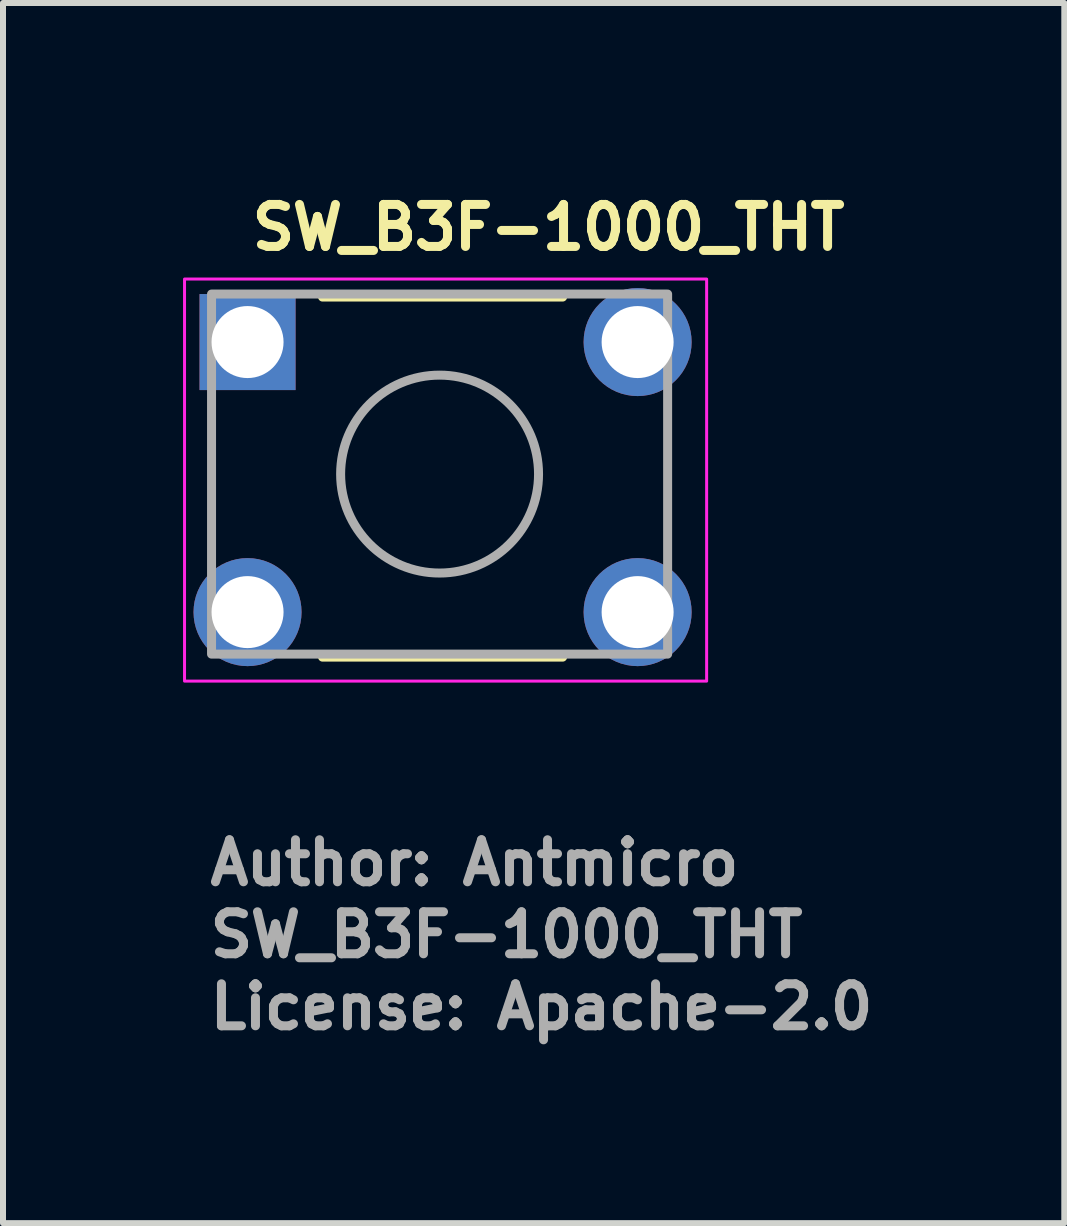
<source format=kicad_pcb>
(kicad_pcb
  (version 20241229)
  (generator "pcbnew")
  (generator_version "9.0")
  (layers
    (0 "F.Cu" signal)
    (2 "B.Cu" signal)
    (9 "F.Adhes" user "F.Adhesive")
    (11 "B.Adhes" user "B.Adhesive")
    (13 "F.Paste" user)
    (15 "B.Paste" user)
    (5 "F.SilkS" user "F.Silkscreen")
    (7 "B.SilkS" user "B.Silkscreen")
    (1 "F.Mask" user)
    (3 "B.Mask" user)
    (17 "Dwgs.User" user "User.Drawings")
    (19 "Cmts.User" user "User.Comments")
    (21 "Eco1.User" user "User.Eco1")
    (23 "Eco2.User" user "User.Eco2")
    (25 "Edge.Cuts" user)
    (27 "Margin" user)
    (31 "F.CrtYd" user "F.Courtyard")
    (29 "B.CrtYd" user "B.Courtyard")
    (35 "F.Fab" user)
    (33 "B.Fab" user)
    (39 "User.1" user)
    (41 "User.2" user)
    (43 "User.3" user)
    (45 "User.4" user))
  (footprint "SW_B3F-1000_THT"
    (layer "F.Cu")
    (at 1.075 2.65)
    (property "Reference" "SW_B3F-1000_THT" (at 0 -1.5 0) (layer "F.SilkS") (effects (font (size 0.7 0.7) (thickness 0.15)) (justify left bottom)))
    (attr through_hole)
    (fp_line (start 1.25 -0.75) (end 5.25 -0.75) (stroke (width 0.15) (type solid)) (layer "F.SilkS"))
    (fp_line (start 1.25 5.25) (end 5.25 5.25) (stroke (width 0.15) (type solid)) (layer "F.SilkS"))
    (fp_rect (start -1.05 -1.05) (end 7.65 5.65) (stroke (width 0.05) (type solid)) (fill no) (layer "F.CrtYd"))
    (fp_rect (start 7 -0.8) (end -0.6 5.2) (stroke (width 0.15) (type solid)) (fill no) (layer "F.Fab"))
    (fp_circle (center 3.2 2.2) (end 4.849 2.2) (stroke (width 0.15) (type solid)) (fill no) (layer "F.Fab"))
    (fp_rect (start -0.7 -0.795) (end 7.1 5.195) (stroke (width 0.1) (type solid)) (fill no) (layer "User.5"))
    (fp_line (start -0.7 -0.405) (end -0.7 0.305) (stroke (width 0.02) (type solid)) (layer "User.9"))
    (fp_line (start -0.7 -0.405) (end -0.679 -0.405) (stroke (width 0.02) (type solid)) (layer "User.9"))
    (fp_line (start -0.7 0.305) (end -0.679 0.305) (stroke (width 0.02) (type solid)) (layer "User.9"))
    (fp_line (start -0.7 4.095) (end -0.679 4.095) (stroke (width 0.02) (type solid)) (layer "User.9"))
    (fp_line (start -0.7 4.805) (end -0.7 4.095) (stroke (width 0.02) (type solid)) (layer "User.9"))
    (fp_line (start -0.7 4.805) (end -0.679 4.805) (stroke (width 0.02) (type solid)) (layer "User.9"))
    (fp_line (start -0.679 -0.405) (end -0.355 -0.405) (stroke (width 0.02) (type solid)) (layer "User.9"))
    (fp_line (start -0.679 0.305) (end -0.355 0.305) (stroke (width 0.02) (type solid)) (layer "User.9"))
    (fp_line (start -0.679 4.095) (end -0.355 4.095) (stroke (width 0.02) (type solid)) (layer "User.9"))
    (fp_line (start -0.679 4.805) (end -0.355 4.805) (stroke (width 0.02) (type solid)) (layer "User.9"))
    (fp_line (start -0.355 -0.405) (end -0.35 -0.405) (stroke (width 0.02) (type solid)) (layer "User.9"))
    (fp_line (start -0.355 0.305) (end -0.35 0.305) (stroke (width 0.02) (type solid)) (layer "User.9"))
    (fp_line (start -0.355 4.095) (end -0.35 4.095) (stroke (width 0.02) (type solid)) (layer "User.9"))
    (fp_line (start -0.355 4.805) (end -0.35 4.805) (stroke (width 0.02) (type solid)) (layer "User.9"))
    (fp_line (start -0.35 -0.405) (end -0.35 0.305) (stroke (width 0.02) (type solid)) (layer "User.9"))
    (fp_line (start -0.35 -0.405) (end -0.233 -0.405) (stroke (width 0.02) (type solid)) (layer "User.9"))
    (fp_line (start -0.35 0.305) (end -0.233 0.305) (stroke (width 0.02) (type solid)) (layer "User.9"))
    (fp_line (start -0.35 4.095) (end -0.233 4.095) (stroke (width 0.02) (type solid)) (layer "User.9"))
    (fp_line (start -0.35 4.805) (end -0.35 4.095) (stroke (width 0.02) (type solid)) (layer "User.9"))
    (fp_line (start -0.35 4.805) (end -0.233 4.805) (stroke (width 0.02) (type solid)) (layer "User.9"))
    (fp_line (start -0.233 -0.405) (end -0.233 -0.405) (stroke (width 0.02) (type solid)) (layer "User.9"))
    (fp_line (start -0.233 -0.405) (end 0.05 -0.405) (stroke (width 0.02) (type solid)) (layer "User.9"))
    (fp_line (start -0.233 0.305) (end -0.233 0.305) (stroke (width 0.02) (type solid)) (layer "User.9"))
    (fp_line (start -0.233 0.305) (end 0.05 0.305) (stroke (width 0.02) (type solid)) (layer "User.9"))
    (fp_line (start -0.233 4.095) (end -0.233 4.095) (stroke (width 0.02) (type solid)) (layer "User.9"))
    (fp_line (start -0.233 4.095) (end 0.05 4.095) (stroke (width 0.02) (type solid)) (layer "User.9"))
    (fp_line (start -0.233 4.805) (end -0.233 4.805) (stroke (width 0.02) (type solid)) (layer "User.9"))
    (fp_line (start -0.233 4.805) (end 0.05 4.805) (stroke (width 0.02) (type solid)) (layer "User.9"))
    (fp_line (start 0.05 -0.405) (end 0.205 -0.405) (stroke (width 0.02) (type solid)) (layer "User.9"))
    (fp_line (start 0.05 0.305) (end 0.205 0.305) (stroke (width 0.02) (type solid)) (layer "User.9"))
    (fp_line (start 0.05 4.095) (end 0.205 4.095) (stroke (width 0.02) (type solid)) (layer "User.9"))
    (fp_line (start 0.05 4.805) (end 0.205 4.805) (stroke (width 0.02) (type solid)) (layer "User.9"))
    (fp_line (start 0.205 -0.495) (end 0.205 4.895) (stroke (width 0.02) (type solid)) (layer "User.9"))
    (fp_line (start 0.205 -0.495) (end 0.205 4.895) (stroke (width 0.02) (type solid)) (layer "User.9"))
    (fp_line (start 0.205 4.895) (end 0.205 4.91) (stroke (width 0.02) (type solid)) (layer "User.9"))
    (fp_line (start 0.205 -0.51) (end 0.205 -0.495) (stroke (width 0.02) (type solid)) (layer "User.9"))
    (fp_line (start 0.205 4.91) (end 0.206 4.925) (stroke (width 0.02) (type solid)) (layer "User.9"))
    (fp_line (start 0.206 -0.525) (end 0.205 -0.51) (stroke (width 0.02) (type solid)) (layer "User.9"))
    (fp_line (start 0.206 4.925) (end 0.208 4.939) (stroke (width 0.02) (type solid)) (layer "User.9"))
    (fp_line (start 0.208 -0.539) (end 0.206 -0.525) (stroke (width 0.02) (type solid)) (layer "User.9"))
    (fp_line (start 0.208 4.939) (end 0.211 4.954) (stroke (width 0.02) (type solid)) (layer "User.9"))
    (fp_line (start 0.211 -0.554) (end 0.208 -0.539) (stroke (width 0.02) (type solid)) (layer "User.9"))
    (fp_line (start 0.211 4.954) (end 0.214 4.968) (stroke (width 0.02) (type solid)) (layer "User.9"))
    (fp_line (start 0.214 -0.568) (end 0.211 -0.554) (stroke (width 0.02) (type solid)) (layer "User.9"))
    (fp_line (start 0.214 4.968) (end 0.218 4.982) (stroke (width 0.02) (type solid)) (layer "User.9"))
    (fp_line (start 0.218 -0.582) (end 0.214 -0.568) (stroke (width 0.02) (type solid)) (layer "User.9"))
    (fp_line (start 0.218 4.982) (end 0.223 4.996) (stroke (width 0.02) (type solid)) (layer "User.9"))
    (fp_line (start 0.223 -0.596) (end 0.218 -0.582) (stroke (width 0.02) (type solid)) (layer "User.9"))
    (fp_line (start 0.223 4.996) (end 0.228 5.01) (stroke (width 0.02) (type solid)) (layer "User.9"))
    (fp_line (start 0.228 -0.61) (end 0.223 -0.596) (stroke (width 0.02) (type solid)) (layer "User.9"))
    (fp_line (start 0.228 5.01) (end 0.234 5.023) (stroke (width 0.02) (type solid)) (layer "User.9"))
    (fp_line (start 0.234 -0.623) (end 0.228 -0.61) (stroke (width 0.02) (type solid)) (layer "User.9"))
    (fp_line (start 0.234 5.023) (end 0.24 5.036) (stroke (width 0.02) (type solid)) (layer "User.9"))
    (fp_line (start 0.24 -0.636) (end 0.234 -0.623) (stroke (width 0.02) (type solid)) (layer "User.9"))
    (fp_line (start 0.24 5.036) (end 0.248 5.049) (stroke (width 0.02) (type solid)) (layer "User.9"))
    (fp_line (start 0.248 -0.649) (end 0.24 -0.636) (stroke (width 0.02) (type solid)) (layer "User.9"))
    (fp_line (start 0.248 5.049) (end 0.255 5.061) (stroke (width 0.02) (type solid)) (layer "User.9"))
    (fp_line (start 0.255 -0.661) (end 0.248 -0.649) (stroke (width 0.02) (type solid)) (layer "User.9"))
    (fp_line (start 0.255 5.061) (end 0.264 5.073) (stroke (width 0.02) (type solid)) (layer "User.9"))
    (fp_line (start 0.264 -0.673) (end 0.255 -0.661) (stroke (width 0.02) (type solid)) (layer "User.9"))
    (fp_line (start 0.264 5.073) (end 0.273 5.085) (stroke (width 0.02) (type solid)) (layer "User.9"))
    (fp_line (start 0.273 -0.685) (end 0.264 -0.673) (stroke (width 0.02) (type solid)) (layer "User.9"))
    (fp_line (start 0.273 5.085) (end 0.283 5.096) (stroke (width 0.02) (type solid)) (layer "User.9"))
    (fp_line (start 0.283 -0.696) (end 0.273 -0.685) (stroke (width 0.02) (type solid)) (layer "User.9"))
    (fp_line (start 0.283 5.096) (end 0.293 5.107) (stroke (width 0.02) (type solid)) (layer "User.9"))
    (fp_line (start 0.293 -0.707) (end 0.283 -0.696) (stroke (width 0.02) (type solid)) (layer "User.9"))
    (fp_line (start 0.293 -0.707) (end 0.293 -0.707) (stroke (width 0.02) (type solid)) (layer "User.9"))
    (fp_line (start 0.293 5.107) (end 0.293 5.107) (stroke (width 0.02) (type solid)) (layer "User.9"))
    (fp_line (start 0.293 5.107) (end 0.304 5.117) (stroke (width 0.02) (type solid)) (layer "User.9"))
    (fp_line (start 0.304 -0.717) (end 0.293 -0.707) (stroke (width 0.02) (type solid)) (layer "User.9"))
    (fp_line (start 0.304 5.117) (end 0.315 5.127) (stroke (width 0.02) (type solid)) (layer "User.9"))
    (fp_line (start 0.315 -0.727) (end 0.304 -0.717) (stroke (width 0.02) (type solid)) (layer "User.9"))
    (fp_line (start 0.315 5.127) (end 0.327 5.136) (stroke (width 0.02) (type solid)) (layer "User.9"))
    (fp_line (start 0.327 -0.736) (end 0.315 -0.727) (stroke (width 0.02) (type solid)) (layer "User.9"))
    (fp_line (start 0.327 5.136) (end 0.339 5.145) (stroke (width 0.02) (type solid)) (layer "User.9"))
    (fp_line (start 0.339 -0.745) (end 0.327 -0.736) (stroke (width 0.02) (type solid)) (layer "User.9"))
    (fp_line (start 0.339 5.145) (end 0.351 5.152) (stroke (width 0.02) (type solid)) (layer "User.9"))
    (fp_line (start 0.351 -0.752) (end 0.339 -0.745) (stroke (width 0.02) (type solid)) (layer "User.9"))
    (fp_line (start 0.351 5.152) (end 0.364 5.16) (stroke (width 0.02) (type solid)) (layer "User.9"))
    (fp_line (start 0.364 -0.76) (end 0.351 -0.752) (stroke (width 0.02) (type solid)) (layer "User.9"))
    (fp_line (start 0.364 5.16) (end 0.377 5.166) (stroke (width 0.02) (type solid)) (layer "User.9"))
    (fp_line (start 0.377 -0.766) (end 0.364 -0.76) (stroke (width 0.02) (type solid)) (layer "User.9"))
    (fp_line (start 0.377 5.166) (end 0.39 5.172) (stroke (width 0.02) (type solid)) (layer "User.9"))
    (fp_line (start 0.39 -0.772) (end 0.377 -0.766) (stroke (width 0.02) (type solid)) (layer "User.9"))
    (fp_line (start 0.39 5.172) (end 0.404 5.177) (stroke (width 0.02) (type solid)) (layer "User.9"))
    (fp_line (start 0.404 -0.777) (end 0.39 -0.772) (stroke (width 0.02) (type solid)) (layer "User.9"))
    (fp_line (start 0.404 5.177) (end 0.418 5.182) (stroke (width 0.02) (type solid)) (layer "User.9"))
    (fp_line (start 0.418 -0.782) (end 0.404 -0.777) (stroke (width 0.02) (type solid)) (layer "User.9"))
    (fp_line (start 0.418 5.182) (end 0.432 5.186) (stroke (width 0.02) (type solid)) (layer "User.9"))
    (fp_line (start 0.432 -0.786) (end 0.418 -0.782) (stroke (width 0.02) (type solid)) (layer "User.9"))
    (fp_line (start 0.432 5.186) (end 0.446 5.189) (stroke (width 0.02) (type solid)) (layer "User.9"))
    (fp_line (start 0.446 -0.789) (end 0.432 -0.786) (stroke (width 0.02) (type solid)) (layer "User.9"))
    (fp_line (start 0.446 5.189) (end 0.461 5.192) (stroke (width 0.02) (type solid)) (layer "User.9"))
    (fp_line (start 0.461 -0.792) (end 0.446 -0.789) (stroke (width 0.02) (type solid)) (layer "User.9"))
    (fp_line (start 0.461 5.192) (end 0.475 5.194) (stroke (width 0.02) (type solid)) (layer "User.9"))
    (fp_line (start 0.475 -0.794) (end 0.461 -0.792) (stroke (width 0.02) (type solid)) (layer "User.9"))
    (fp_line (start 0.475 5.194) (end 0.49 5.195) (stroke (width 0.02) (type solid)) (layer "User.9"))
    (fp_line (start 0.49 -0.795) (end 0.475 -0.794) (stroke (width 0.02) (type solid)) (layer "User.9"))
    (fp_line (start 0.49 5.195) (end 0.505 5.195) (stroke (width 0.02) (type solid)) (layer "User.9"))
    (fp_line (start 0.505 -0.795) (end 0.49 -0.795) (stroke (width 0.02) (type solid)) (layer "User.9"))
    (fp_line (start 0.505 5.195) (end 5.895 5.195) (stroke (width 0.02) (type solid)) (layer "User.9"))
    (fp_line (start 0.505 5.195) (end 5.895 5.195) (stroke (width 0.02) (type solid)) (layer "User.9"))
    (fp_line (start 0.75 0.2) (end 0.751 0.171) (stroke (width 0.02) (type solid)) (layer "User.9"))
    (fp_line (start 0.75 4.2) (end 0.751 4.17) (stroke (width 0.02) (type solid)) (layer "User.9"))
    (fp_line (start 0.75 4.215) (end 0.75 4.2) (stroke (width 0.02) (type solid)) (layer "User.9"))
    (fp_line (start 0.751 0.171) (end 0.754 0.142) (stroke (width 0.02) (type solid)) (layer "User.9"))
    (fp_line (start 0.751 0.229) (end 0.75 0.2) (stroke (width 0.02) (type solid)) (layer "User.9"))
    (fp_line (start 0.751 4.17) (end 0.754 4.14) (stroke (width 0.02) (type solid)) (layer "User.9"))
    (fp_line (start 0.751 4.23) (end 0.75 4.215) (stroke (width 0.02) (type solid)) (layer "User.9"))
    (fp_line (start 0.752 4.245) (end 0.751 4.23) (stroke (width 0.02) (type solid)) (layer "User.9"))
    (fp_line (start 0.754 0.142) (end 0.758 0.113) (stroke (width 0.02) (type solid)) (layer "User.9"))
    (fp_line (start 0.754 0.258) (end 0.751 0.229) (stroke (width 0.02) (type solid)) (layer "User.9"))
    (fp_line (start 0.754 4.14) (end 0.759 4.111) (stroke (width 0.02) (type solid)) (layer "User.9"))
    (fp_line (start 0.754 4.26) (end 0.752 4.245) (stroke (width 0.02) (type solid)) (layer "User.9"))
    (fp_line (start 0.756 4.274) (end 0.754 4.26) (stroke (width 0.02) (type solid)) (layer "User.9"))
    (fp_line (start 0.758 0.113) (end 0.765 0.084) (stroke (width 0.02) (type solid)) (layer "User.9"))
    (fp_line (start 0.758 0.287) (end 0.754 0.258) (stroke (width 0.02) (type solid)) (layer "User.9"))
    (fp_line (start 0.759 4.111) (end 0.766 4.083) (stroke (width 0.02) (type solid)) (layer "User.9"))
    (fp_line (start 0.759 4.289) (end 0.756 4.274) (stroke (width 0.02) (type solid)) (layer "User.9"))
    (fp_line (start 0.762 4.303) (end 0.759 4.289) (stroke (width 0.02) (type solid)) (layer "User.9"))
    (fp_line (start 0.765 0.084) (end 0.774 0.056) (stroke (width 0.02) (type solid)) (layer "User.9"))
    (fp_line (start 0.765 0.316) (end 0.758 0.287) (stroke (width 0.02) (type solid)) (layer "User.9"))
    (fp_line (start 0.766 4.083) (end 0.774 4.055) (stroke (width 0.02) (type solid)) (layer "User.9"))
    (fp_line (start 0.766 4.317) (end 0.762 4.303) (stroke (width 0.02) (type solid)) (layer "User.9"))
    (fp_line (start 0.77 4.332) (end 0.766 4.317) (stroke (width 0.02) (type solid)) (layer "User.9"))
    (fp_line (start 0.774 0.056) (end 0.784 0.029) (stroke (width 0.02) (type solid)) (layer "User.9"))
    (fp_line (start 0.774 0.344) (end 0.765 0.316) (stroke (width 0.02) (type solid)) (layer "User.9"))
    (fp_line (start 0.774 4.055) (end 0.784 4.027) (stroke (width 0.02) (type solid)) (layer "User.9"))
    (fp_line (start 0.774 4.345) (end 0.77 4.332) (stroke (width 0.02) (type solid)) (layer "User.9"))
    (fp_line (start 0.779 4.359) (end 0.774 4.345) (stroke (width 0.02) (type solid)) (layer "User.9"))
    (fp_line (start 0.784 0.029) (end 0.796 0.001) (stroke (width 0.02) (type solid)) (layer "User.9"))
    (fp_line (start 0.784 0.371) (end 0.774 0.344) (stroke (width 0.02) (type solid)) (layer "User.9"))
    (fp_line (start 0.784 4.027) (end 0.797 4.001) (stroke (width 0.02) (type solid)) (layer "User.9"))
    (fp_line (start 0.784 4.373) (end 0.779 4.359) (stroke (width 0.02) (type solid)) (layer "User.9"))
    (fp_line (start 0.79 4.386) (end 0.784 4.373) (stroke (width 0.02) (type solid)) (layer "User.9"))
    (fp_line (start 0.796 0.001) (end 0.81 -0.025) (stroke (width 0.02) (type solid)) (layer "User.9"))
    (fp_line (start 0.796 0.399) (end 0.784 0.371) (stroke (width 0.02) (type solid)) (layer "User.9"))
    (fp_line (start 0.797 4.001) (end 0.81 3.975) (stroke (width 0.02) (type solid)) (layer "User.9"))
    (fp_line (start 0.797 4.399) (end 0.79 4.386) (stroke (width 0.02) (type solid)) (layer "User.9"))
    (fp_line (start 0.803 4.412) (end 0.797 4.399) (stroke (width 0.02) (type solid)) (layer "User.9"))
    (fp_line (start 0.81 -0.025) (end 0.81 -0.025) (stroke (width 0.02) (type solid)) (layer "User.9"))
    (fp_line (start 0.81 -0.025) (end 0.818 -0.038) (stroke (width 0.02) (type solid)) (layer "User.9"))
    (fp_line (start 0.81 0.425) (end 0.796 0.399) (stroke (width 0.02) (type solid)) (layer "User.9"))
    (fp_line (start 0.81 0.425) (end 0.81 0.425) (stroke (width 0.02) (type solid)) (layer "User.9"))
    (fp_line (start 0.81 3.975) (end 0.826 3.95) (stroke (width 0.02) (type solid)) (layer "User.9"))
    (fp_line (start 0.81 4.425) (end 0.803 4.412) (stroke (width 0.02) (type solid)) (layer "User.9"))
    (fp_line (start 0.818 4.437) (end 0.81 4.425) (stroke (width 0.02) (type solid)) (layer "User.9"))
    (fp_line (start 0.818 -0.038) (end 0.826 -0.05) (stroke (width 0.02) (type solid)) (layer "User.9"))
    (fp_line (start 0.826 3.95) (end 0.843 3.927) (stroke (width 0.02) (type solid)) (layer "User.9"))
    (fp_line (start 0.826 4.45) (end 0.818 4.437) (stroke (width 0.02) (type solid)) (layer "User.9"))
    (fp_line (start 0.826 -0.05) (end 0.835 -0.063) (stroke (width 0.02) (type solid)) (layer "User.9"))
    (fp_line (start 0.826 0.45) (end 0.81 0.425) (stroke (width 0.02) (type solid)) (layer "User.9"))
    (fp_line (start 0.834 4.462) (end 0.826 4.45) (stroke (width 0.02) (type solid)) (layer "User.9"))
    (fp_line (start 0.835 -0.063) (end 0.844 -0.075) (stroke (width 0.02) (type solid)) (layer "User.9"))
    (fp_line (start 0.843 3.927) (end 0.861 3.904) (stroke (width 0.02) (type solid)) (layer "User.9"))
    (fp_line (start 0.843 4.473) (end 0.834 4.462) (stroke (width 0.02) (type solid)) (layer "User.9"))
    (fp_line (start 0.844 -0.075) (end 0.853 -0.086) (stroke (width 0.02) (type solid)) (layer "User.9"))
    (fp_line (start 0.844 0.475) (end 0.826 0.45) (stroke (width 0.02) (type solid)) (layer "User.9"))
    (fp_line (start 0.852 4.485) (end 0.843 4.473) (stroke (width 0.02) (type solid)) (layer "User.9"))
    (fp_line (start 0.853 -0.086) (end 0.862 -0.097) (stroke (width 0.02) (type solid)) (layer "User.9"))
    (fp_line (start 0.861 3.904) (end 0.881 3.882) (stroke (width 0.02) (type solid)) (layer "User.9"))
    (fp_line (start 0.861 4.496) (end 0.852 4.485) (stroke (width 0.02) (type solid)) (layer "User.9"))
    (fp_line (start 0.862 -0.097) (end 0.872 -0.108) (stroke (width 0.02) (type solid)) (layer "User.9"))
    (fp_line (start 0.862 0.497) (end 0.844 0.475) (stroke (width 0.02) (type solid)) (layer "User.9"))
    (fp_line (start 0.871 4.507) (end 0.861 4.496) (stroke (width 0.02) (type solid)) (layer "User.9"))
    (fp_line (start 0.872 -0.108) (end 0.882 -0.119) (stroke (width 0.02) (type solid)) (layer "User.9"))
    (fp_line (start 0.881 3.882) (end 0.903 3.862) (stroke (width 0.02) (type solid)) (layer "User.9"))
    (fp_line (start 0.881 4.518) (end 0.871 4.507) (stroke (width 0.02) (type solid)) (layer "User.9"))
    (fp_line (start 0.882 -0.119) (end 0.893 -0.129) (stroke (width 0.02) (type solid)) (layer "User.9"))
    (fp_line (start 0.882 0.519) (end 0.862 0.497) (stroke (width 0.02) (type solid)) (layer "User.9"))
    (fp_line (start 0.892 4.528) (end 0.881 4.518) (stroke (width 0.02) (type solid)) (layer "User.9"))
    (fp_line (start 0.893 -0.129) (end 0.904 -0.139) (stroke (width 0.02) (type solid)) (layer "User.9"))
    (fp_line (start 0.903 3.862) (end 0.925 3.844) (stroke (width 0.02) (type solid)) (layer "User.9"))
    (fp_line (start 0.903 4.538) (end 0.892 4.528) (stroke (width 0.02) (type solid)) (layer "User.9"))
    (fp_line (start 0.904 -0.139) (end 0.915 -0.148) (stroke (width 0.02) (type solid)) (layer "User.9"))
    (fp_line (start 0.904 0.539) (end 0.882 0.519) (stroke (width 0.02) (type solid)) (layer "User.9"))
    (fp_line (start 0.914 4.547) (end 0.903 4.538) (stroke (width 0.02) (type solid)) (layer "User.9"))
    (fp_line (start 0.915 -0.148) (end 0.927 -0.157) (stroke (width 0.02) (type solid)) (layer "User.9"))
    (fp_line (start 0.925 3.844) (end 0.95 3.826) (stroke (width 0.02) (type solid)) (layer "User.9"))
    (fp_line (start 0.925 4.556) (end 0.914 4.547) (stroke (width 0.02) (type solid)) (layer "User.9"))
    (fp_line (start 0.927 -0.157) (end 0.938 -0.166) (stroke (width 0.02) (type solid)) (layer "User.9"))
    (fp_line (start 0.927 0.557) (end 0.904 0.539) (stroke (width 0.02) (type solid)) (layer "User.9"))
    (fp_line (start 0.937 4.565) (end 0.925 4.556) (stroke (width 0.02) (type solid)) (layer "User.9"))
    (fp_line (start 0.938 -0.166) (end 0.95 -0.174) (stroke (width 0.02) (type solid)) (layer "User.9"))
    (fp_line (start 0.95 3.826) (end 0.975 3.81) (stroke (width 0.02) (type solid)) (layer "User.9"))
    (fp_line (start 0.95 4.574) (end 0.937 4.565) (stroke (width 0.02) (type solid)) (layer "User.9"))
    (fp_line (start 0.95 -0.174) (end 0.963 -0.182) (stroke (width 0.02) (type solid)) (layer "User.9"))
    (fp_line (start 0.95 0.574) (end 0.927 0.557) (stroke (width 0.02) (type solid)) (layer "User.9"))
    (fp_line (start 0.962 4.582) (end 0.95 4.574) (stroke (width 0.02) (type solid)) (layer "User.9"))
    (fp_line (start 0.963 -0.182) (end 0.975 -0.19) (stroke (width 0.02) (type solid)) (layer "User.9"))
    (fp_line (start 0.975 -0.19) (end 0.988 -0.197) (stroke (width 0.02) (type solid)) (layer "User.9"))
    (fp_line (start 0.975 0.59) (end 0.95 0.574) (stroke (width 0.02) (type solid)) (layer "User.9"))
    (fp_line (start 0.975 3.81) (end 0.975 3.81) (stroke (width 0.02) (type solid)) (layer "User.9"))
    (fp_line (start 0.975 3.81) (end 1.001 3.796) (stroke (width 0.02) (type solid)) (layer "User.9"))
    (fp_line (start 0.975 4.59) (end 0.962 4.582) (stroke (width 0.02) (type solid)) (layer "User.9"))
    (fp_line (start 0.975 4.59) (end 0.975 4.59) (stroke (width 0.02) (type solid)) (layer "User.9"))
    (fp_line (start 0.988 -0.197) (end 1.001 -0.203) (stroke (width 0.02) (type solid)) (layer "User.9"))
    (fp_line (start 1.001 -0.203) (end 1.014 -0.21) (stroke (width 0.02) (type solid)) (layer "User.9"))
    (fp_line (start 1.001 0.603) (end 0.975 0.59) (stroke (width 0.02) (type solid)) (layer "User.9"))
    (fp_line (start 1.001 3.796) (end 1.029 3.784) (stroke (width 0.02) (type solid)) (layer "User.9"))
    (fp_line (start 1.001 4.604) (end 0.975 4.59) (stroke (width 0.02) (type solid)) (layer "User.9"))
    (fp_line (start 1.014 -0.21) (end 1.027 -0.216) (stroke (width 0.02) (type solid)) (layer "User.9"))
    (fp_line (start 1.027 -0.216) (end 1.041 -0.221) (stroke (width 0.02) (type solid)) (layer "User.9"))
    (fp_line (start 1.027 0.616) (end 1.001 0.603) (stroke (width 0.02) (type solid)) (layer "User.9"))
    (fp_line (start 1.029 3.784) (end 1.056 3.774) (stroke (width 0.02) (type solid)) (layer "User.9"))
    (fp_line (start 1.029 4.616) (end 1.001 4.604) (stroke (width 0.02) (type solid)) (layer "User.9"))
    (fp_line (start 1.041 -0.221) (end 1.055 -0.226) (stroke (width 0.02) (type solid)) (layer "User.9"))
    (fp_line (start 1.055 -0.226) (end 1.068 -0.23) (stroke (width 0.02) (type solid)) (layer "User.9"))
    (fp_line (start 1.055 0.626) (end 1.027 0.616) (stroke (width 0.02) (type solid)) (layer "User.9"))
    (fp_line (start 1.056 3.774) (end 1.084 3.765) (stroke (width 0.02) (type solid)) (layer "User.9"))
    (fp_line (start 1.056 4.626) (end 1.029 4.616) (stroke (width 0.02) (type solid)) (layer "User.9"))
    (fp_line (start 1.068 -0.23) (end 1.083 -0.234) (stroke (width 0.02) (type solid)) (layer "User.9"))
    (fp_line (start 1.083 -0.234) (end 1.097 -0.238) (stroke (width 0.02) (type solid)) (layer "User.9"))
    (fp_line (start 1.083 0.634) (end 1.055 0.626) (stroke (width 0.02) (type solid)) (layer "User.9"))
    (fp_line (start 1.084 3.765) (end 1.113 3.758) (stroke (width 0.02) (type solid)) (layer "User.9"))
    (fp_line (start 1.084 4.635) (end 1.056 4.626) (stroke (width 0.02) (type solid)) (layer "User.9"))
    (fp_line (start 1.097 -0.238) (end 1.111 -0.241) (stroke (width 0.02) (type solid)) (layer "User.9"))
    (fp_line (start 1.111 -0.241) (end 1.126 -0.244) (stroke (width 0.02) (type solid)) (layer "User.9"))
    (fp_line (start 1.111 0.641) (end 1.083 0.634) (stroke (width 0.02) (type solid)) (layer "User.9"))
    (fp_line (start 1.113 3.758) (end 1.142 3.754) (stroke (width 0.02) (type solid)) (layer "User.9"))
    (fp_line (start 1.113 4.642) (end 1.084 4.635) (stroke (width 0.02) (type solid)) (layer "User.9"))
    (fp_line (start 1.126 -0.244) (end 1.14 -0.246) (stroke (width 0.02) (type solid)) (layer "User.9"))
    (fp_line (start 1.14 -0.246) (end 1.155 -0.248) (stroke (width 0.02) (type solid)) (layer "User.9"))
    (fp_line (start 1.14 0.646) (end 1.111 0.641) (stroke (width 0.02) (type solid)) (layer "User.9"))
    (fp_line (start 1.142 3.754) (end 1.171 3.751) (stroke (width 0.02) (type solid)) (layer "User.9"))
    (fp_line (start 1.142 4.646) (end 1.113 4.642) (stroke (width 0.02) (type solid)) (layer "User.9"))
    (fp_line (start 1.155 -0.248) (end 1.17 -0.249) (stroke (width 0.02) (type solid)) (layer "User.9"))
    (fp_line (start 1.17 -0.249) (end 1.185 -0.25) (stroke (width 0.02) (type solid)) (layer "User.9"))
    (fp_line (start 1.17 0.649) (end 1.14 0.646) (stroke (width 0.02) (type solid)) (layer "User.9"))
    (fp_line (start 1.171 3.751) (end 1.2 3.75) (stroke (width 0.02) (type solid)) (layer "User.9"))
    (fp_line (start 1.171 4.649) (end 1.142 4.646) (stroke (width 0.02) (type solid)) (layer "User.9"))
    (fp_line (start 1.185 -0.25) (end 1.2 -0.25) (stroke (width 0.02) (type solid)) (layer "User.9"))
    (fp_line (start 1.2 -0.25) (end 1.23 -0.249) (stroke (width 0.02) (type solid)) (layer "User.9"))
    (fp_line (start 1.2 0.65) (end 1.17 0.649) (stroke (width 0.02) (type solid)) (layer "User.9"))
    (fp_line (start 1.2 3.75) (end 1.229 3.751) (stroke (width 0.02) (type solid)) (layer "User.9"))
    (fp_line (start 1.2 4.65) (end 1.171 4.649) (stroke (width 0.02) (type solid)) (layer "User.9"))
    (fp_line (start 1.215 0.65) (end 1.2 0.65) (stroke (width 0.02) (type solid)) (layer "User.9"))
    (fp_line (start 1.229 3.751) (end 1.258 3.754) (stroke (width 0.02) (type solid)) (layer "User.9"))
    (fp_line (start 1.229 4.649) (end 1.2 4.65) (stroke (width 0.02) (type solid)) (layer "User.9"))
    (fp_line (start 1.23 -0.249) (end 1.26 -0.246) (stroke (width 0.02) (type solid)) (layer "User.9"))
    (fp_line (start 1.23 0.649) (end 1.215 0.65) (stroke (width 0.02) (type solid)) (layer "User.9"))
    (fp_line (start 1.245 0.648) (end 1.23 0.649) (stroke (width 0.02) (type solid)) (layer "User.9"))
    (fp_line (start 1.258 3.754) (end 1.287 3.758) (stroke (width 0.02) (type solid)) (layer "User.9"))
    (fp_line (start 1.258 4.646) (end 1.229 4.649) (stroke (width 0.02) (type solid)) (layer "User.9"))
    (fp_line (start 1.26 -0.246) (end 1.289 -0.241) (stroke (width 0.02) (type solid)) (layer "User.9"))
    (fp_line (start 1.26 0.646) (end 1.245 0.648) (stroke (width 0.02) (type solid)) (layer "User.9"))
    (fp_line (start 1.274 0.644) (end 1.26 0.646) (stroke (width 0.02) (type solid)) (layer "User.9"))
    (fp_line (start 1.287 3.758) (end 1.316 3.765) (stroke (width 0.02) (type solid)) (layer "User.9"))
    (fp_line (start 1.287 4.642) (end 1.258 4.646) (stroke (width 0.02) (type solid)) (layer "User.9"))
    (fp_line (start 1.289 -0.241) (end 1.317 -0.234) (stroke (width 0.02) (type solid)) (layer "User.9"))
    (fp_line (start 1.289 0.641) (end 1.274 0.644) (stroke (width 0.02) (type solid)) (layer "User.9"))
    (fp_line (start 1.303 0.638) (end 1.289 0.641) (stroke (width 0.02) (type solid)) (layer "User.9"))
    (fp_line (start 1.316 3.765) (end 1.344 3.774) (stroke (width 0.02) (type solid)) (layer "User.9"))
    (fp_line (start 1.316 4.635) (end 1.287 4.642) (stroke (width 0.02) (type solid)) (layer "User.9"))
    (fp_line (start 1.317 -0.234) (end 1.345 -0.226) (stroke (width 0.02) (type solid)) (layer "User.9"))
    (fp_line (start 1.317 0.634) (end 1.303 0.638) (stroke (width 0.02) (type solid)) (layer "User.9"))
    (fp_line (start 1.332 0.63) (end 1.317 0.634) (stroke (width 0.02) (type solid)) (layer "User.9"))
    (fp_line (start 1.344 3.774) (end 1.371 3.784) (stroke (width 0.02) (type solid)) (layer "User.9"))
    (fp_line (start 1.344 4.626) (end 1.316 4.635) (stroke (width 0.02) (type solid)) (layer "User.9"))
    (fp_line (start 1.345 -0.226) (end 1.373 -0.216) (stroke (width 0.02) (type solid)) (layer "User.9"))
    (fp_line (start 1.345 0.626) (end 1.332 0.63) (stroke (width 0.02) (type solid)) (layer "User.9"))
    (fp_line (start 1.359 0.621) (end 1.345 0.626) (stroke (width 0.02) (type solid)) (layer "User.9"))
    (fp_line (start 1.371 3.784) (end 1.399 3.796) (stroke (width 0.02) (type solid)) (layer "User.9"))
    (fp_line (start 1.371 4.616) (end 1.344 4.626) (stroke (width 0.02) (type solid)) (layer "User.9"))
    (fp_line (start 1.373 -0.216) (end 1.399 -0.203) (stroke (width 0.02) (type solid)) (layer "User.9"))
    (fp_line (start 1.373 0.616) (end 1.359 0.621) (stroke (width 0.02) (type solid)) (layer "User.9"))
    (fp_line (start 1.386 0.61) (end 1.373 0.616) (stroke (width 0.02) (type solid)) (layer "User.9"))
    (fp_line (start 1.399 3.796) (end 1.425 3.81) (stroke (width 0.02) (type solid)) (layer "User.9"))
    (fp_line (start 1.399 4.604) (end 1.371 4.616) (stroke (width 0.02) (type solid)) (layer "User.9"))
    (fp_line (start 1.399 -0.203) (end 1.425 -0.19) (stroke (width 0.02) (type solid)) (layer "User.9"))
    (fp_line (start 1.399 0.603) (end 1.386 0.61) (stroke (width 0.02) (type solid)) (layer "User.9"))
    (fp_line (start 1.412 0.597) (end 1.399 0.603) (stroke (width 0.02) (type solid)) (layer "User.9"))
    (fp_line (start 1.425 -0.19) (end 1.45 -0.174) (stroke (width 0.02) (type solid)) (layer "User.9"))
    (fp_line (start 1.425 0.59) (end 1.412 0.597) (stroke (width 0.02) (type solid)) (layer "User.9"))
    (fp_line (start 1.425 3.81) (end 1.425 3.81) (stroke (width 0.02) (type solid)) (layer "User.9"))
    (fp_line (start 1.425 3.81) (end 1.438 3.818) (stroke (width 0.02) (type solid)) (layer "User.9"))
    (fp_line (start 1.425 4.59) (end 1.399 4.604) (stroke (width 0.02) (type solid)) (layer "User.9"))
    (fp_line (start 1.425 4.59) (end 1.425 4.59) (stroke (width 0.02) (type solid)) (layer "User.9"))
    (fp_line (start 1.437 0.582) (end 1.425 0.59) (stroke (width 0.02) (type solid)) (layer "User.9"))
    (fp_line (start 1.438 3.818) (end 1.45 3.826) (stroke (width 0.02) (type solid)) (layer "User.9"))
    (fp_line (start 1.445 2.2) (end 1.447 2.11) (stroke (width 0.02) (type solid)) (layer "User.9"))
    (fp_line (start 1.447 2.11) (end 1.454 2.021) (stroke (width 0.02) (type solid)) (layer "User.9"))
    (fp_line (start 1.447 2.29) (end 1.445 2.2) (stroke (width 0.02) (type solid)) (layer "User.9"))
    (fp_line (start 1.45 -0.174) (end 1.473 -0.157) (stroke (width 0.02) (type solid)) (layer "User.9"))
    (fp_line (start 1.45 0.574) (end 1.437 0.582) (stroke (width 0.02) (type solid)) (layer "User.9"))
    (fp_line (start 1.45 3.826) (end 1.463 3.835) (stroke (width 0.02) (type solid)) (layer "User.9"))
    (fp_line (start 1.45 4.574) (end 1.425 4.59) (stroke (width 0.02) (type solid)) (layer "User.9"))
    (fp_line (start 1.454 2.021) (end 1.465 1.933) (stroke (width 0.02) (type solid)) (layer "User.9"))
    (fp_line (start 1.454 2.379) (end 1.447 2.29) (stroke (width 0.02) (type solid)) (layer "User.9"))
    (fp_line (start 1.462 0.566) (end 1.45 0.574) (stroke (width 0.02) (type solid)) (layer "User.9"))
    (fp_line (start 1.463 3.835) (end 1.475 3.844) (stroke (width 0.02) (type solid)) (layer "User.9"))
    (fp_line (start 1.465 1.933) (end 1.481 1.846) (stroke (width 0.02) (type solid)) (layer "User.9"))
    (fp_line (start 1.465 2.467) (end 1.454 2.379) (stroke (width 0.02) (type solid)) (layer "User.9"))
    (fp_line (start 1.473 -0.157) (end 1.496 -0.139) (stroke (width 0.02) (type solid)) (layer "User.9"))
    (fp_line (start 1.473 0.557) (end 1.462 0.566) (stroke (width 0.02) (type solid)) (layer "User.9"))
    (fp_line (start 1.475 3.844) (end 1.486 3.853) (stroke (width 0.02) (type solid)) (layer "User.9"))
    (fp_line (start 1.475 4.556) (end 1.45 4.574) (stroke (width 0.02) (type solid)) (layer "User.9"))
    (fp_line (start 1.481 1.846) (end 1.5 1.762) (stroke (width 0.02) (type solid)) (layer "User.9"))
    (fp_line (start 1.481 2.554) (end 1.465 2.467) (stroke (width 0.02) (type solid)) (layer "User.9"))
    (fp_line (start 1.485 0.548) (end 1.473 0.557) (stroke (width 0.02) (type solid)) (layer "User.9"))
    (fp_line (start 1.486 3.853) (end 1.497 3.862) (stroke (width 0.02) (type solid)) (layer "User.9"))
    (fp_line (start 1.496 -0.139) (end 1.518 -0.119) (stroke (width 0.02) (type solid)) (layer "User.9"))
    (fp_line (start 1.496 0.539) (end 1.485 0.548) (stroke (width 0.02) (type solid)) (layer "User.9"))
    (fp_line (start 1.497 3.862) (end 1.508 3.872) (stroke (width 0.02) (type solid)) (layer "User.9"))
    (fp_line (start 1.497 4.538) (end 1.475 4.556) (stroke (width 0.02) (type solid)) (layer "User.9"))
    (fp_line (start 1.5 1.762) (end 1.524 1.678) (stroke (width 0.02) (type solid)) (layer "User.9"))
    (fp_line (start 1.5 2.638) (end 1.481 2.554) (stroke (width 0.02) (type solid)) (layer "User.9"))
    (fp_line (start 1.507 0.529) (end 1.496 0.539) (stroke (width 0.02) (type solid)) (layer "User.9"))
    (fp_line (start 1.508 3.872) (end 1.519 3.882) (stroke (width 0.02) (type solid)) (layer "User.9"))
    (fp_line (start 1.518 -0.119) (end 1.538 -0.097) (stroke (width 0.02) (type solid)) (layer "User.9"))
    (fp_line (start 1.518 0.519) (end 1.507 0.529) (stroke (width 0.02) (type solid)) (layer "User.9"))
    (fp_line (start 1.519 3.882) (end 1.529 3.893) (stroke (width 0.02) (type solid)) (layer "User.9"))
    (fp_line (start 1.519 4.518) (end 1.497 4.538) (stroke (width 0.02) (type solid)) (layer "User.9"))
    (fp_line (start 1.524 1.678) (end 1.552 1.597) (stroke (width 0.02) (type solid)) (layer "User.9"))
    (fp_line (start 1.524 2.722) (end 1.5 2.638) (stroke (width 0.02) (type solid)) (layer "User.9"))
    (fp_line (start 1.528 0.508) (end 1.518 0.519) (stroke (width 0.02) (type solid)) (layer "User.9"))
    (fp_line (start 1.529 3.893) (end 1.539 3.904) (stroke (width 0.02) (type solid)) (layer "User.9"))
    (fp_line (start 1.538 -0.097) (end 1.556 -0.075) (stroke (width 0.02) (type solid)) (layer "User.9"))
    (fp_line (start 1.538 0.497) (end 1.528 0.508) (stroke (width 0.02) (type solid)) (layer "User.9"))
    (fp_line (start 1.539 3.904) (end 1.548 3.915) (stroke (width 0.02) (type solid)) (layer "User.9"))
    (fp_line (start 1.539 4.496) (end 1.519 4.518) (stroke (width 0.02) (type solid)) (layer "User.9"))
    (fp_line (start 1.547 0.486) (end 1.538 0.497) (stroke (width 0.02) (type solid)) (layer "User.9"))
    (fp_line (start 1.548 3.915) (end 1.557 3.927) (stroke (width 0.02) (type solid)) (layer "User.9"))
    (fp_line (start 1.552 1.597) (end 1.583 1.517) (stroke (width 0.02) (type solid)) (layer "User.9"))
    (fp_line (start 1.552 2.803) (end 1.524 2.722) (stroke (width 0.02) (type solid)) (layer "User.9"))
    (fp_line (start 1.556 -0.075) (end 1.574 -0.05) (stroke (width 0.02) (type solid)) (layer "User.9"))
    (fp_line (start 1.556 0.475) (end 1.547 0.486) (stroke (width 0.02) (type solid)) (layer "User.9"))
    (fp_line (start 1.557 3.927) (end 1.566 3.938) (stroke (width 0.02) (type solid)) (layer "User.9"))
    (fp_line (start 1.557 4.473) (end 1.539 4.496) (stroke (width 0.02) (type solid)) (layer "User.9"))
    (fp_line (start 1.565 0.463) (end 1.556 0.475) (stroke (width 0.02) (type solid)) (layer "User.9"))
    (fp_line (start 1.566 3.938) (end 1.574 3.95) (stroke (width 0.02) (type solid)) (layer "User.9"))
    (fp_line (start 1.574 -0.05) (end 1.59 -0.025) (stroke (width 0.02) (type solid)) (layer "User.9"))
    (fp_line (start 1.574 0.45) (end 1.565 0.463) (stroke (width 0.02) (type solid)) (layer "User.9"))
    (fp_line (start 1.574 3.95) (end 1.582 3.963) (stroke (width 0.02) (type solid)) (layer "User.9"))
    (fp_line (start 1.574 4.45) (end 1.557 4.473) (stroke (width 0.02) (type solid)) (layer "User.9"))
    (fp_line (start 1.582 0.438) (end 1.574 0.45) (stroke (width 0.02) (type solid)) (layer "User.9"))
    (fp_line (start 1.582 3.963) (end 1.59 3.975) (stroke (width 0.02) (type solid)) (layer "User.9"))
    (fp_line (start 1.583 1.517) (end 1.618 1.439) (stroke (width 0.02) (type solid)) (layer "User.9"))
    (fp_line (start 1.583 2.883) (end 1.552 2.803) (stroke (width 0.02) (type solid)) (layer "User.9"))
    (fp_line (start 1.59 -0.025) (end 1.59 -0.025) (stroke (width 0.02) (type solid)) (layer "User.9"))
    (fp_line (start 1.59 -0.025) (end 1.604 0.001) (stroke (width 0.02) (type solid)) (layer "User.9"))
    (fp_line (start 1.59 0.425) (end 1.582 0.438) (stroke (width 0.02) (type solid)) (layer "User.9"))
    (fp_line (start 1.59 0.425) (end 1.59 0.425) (stroke (width 0.02) (type solid)) (layer "User.9"))
    (fp_line (start 1.59 3.975) (end 1.597 3.988) (stroke (width 0.02) (type solid)) (layer "User.9"))
    (fp_line (start 1.59 4.425) (end 1.574 4.45) (stroke (width 0.02) (type solid)) (layer "User.9"))
    (fp_line (start 1.597 3.988) (end 1.603 4.001) (stroke (width 0.02) (type solid)) (layer "User.9"))
    (fp_line (start 1.603 4.001) (end 1.61 4.014) (stroke (width 0.02) (type solid)) (layer "User.9"))
    (fp_line (start 1.603 4.399) (end 1.59 4.425) (stroke (width 0.02) (type solid)) (layer "User.9"))
    (fp_line (start 1.604 0.001) (end 1.616 0.029) (stroke (width 0.02) (type solid)) (layer "User.9"))
    (fp_line (start 1.604 0.399) (end 1.59 0.425) (stroke (width 0.02) (type solid)) (layer "User.9"))
    (fp_line (start 1.61 4.014) (end 1.616 4.027) (stroke (width 0.02) (type solid)) (layer "User.9"))
    (fp_line (start 1.616 4.027) (end 1.621 4.041) (stroke (width 0.02) (type solid)) (layer "User.9"))
    (fp_line (start 1.616 4.373) (end 1.603 4.399) (stroke (width 0.02) (type solid)) (layer "User.9"))
    (fp_line (start 1.616 0.029) (end 1.626 0.056) (stroke (width 0.02) (type solid)) (layer "User.9"))
    (fp_line (start 1.616 0.371) (end 1.604 0.399) (stroke (width 0.02) (type solid)) (layer "User.9"))
    (fp_line (start 1.618 1.439) (end 1.657 1.364) (stroke (width 0.02) (type solid)) (layer "User.9"))
    (fp_line (start 1.618 2.961) (end 1.583 2.883) (stroke (width 0.02) (type solid)) (layer "User.9"))
    (fp_line (start 1.621 4.041) (end 1.626 4.055) (stroke (width 0.02) (type solid)) (layer "User.9"))
    (fp_line (start 1.626 4.055) (end 1.63 4.068) (stroke (width 0.02) (type solid)) (layer "User.9"))
    (fp_line (start 1.626 4.345) (end 1.616 4.373) (stroke (width 0.02) (type solid)) (layer "User.9"))
    (fp_line (start 1.626 0.056) (end 1.635 0.084) (stroke (width 0.02) (type solid)) (layer "User.9"))
    (fp_line (start 1.626 0.344) (end 1.616 0.371) (stroke (width 0.02) (type solid)) (layer "User.9"))
    (fp_line (start 1.63 4.068) (end 1.634 4.083) (stroke (width 0.02) (type solid)) (layer "User.9"))
    (fp_line (start 1.634 4.083) (end 1.638 4.097) (stroke (width 0.02) (type solid)) (layer "User.9"))
    (fp_line (start 1.634 4.317) (end 1.626 4.345) (stroke (width 0.02) (type solid)) (layer "User.9"))
    (fp_line (start 1.635 0.084) (end 1.642 0.113) (stroke (width 0.02) (type solid)) (layer "User.9"))
    (fp_line (start 1.635 0.316) (end 1.626 0.344) (stroke (width 0.02) (type solid)) (layer "User.9"))
    (fp_line (start 1.638 4.097) (end 1.641 4.111) (stroke (width 0.02) (type solid)) (layer "User.9"))
    (fp_line (start 1.641 4.111) (end 1.644 4.126) (stroke (width 0.02) (type solid)) (layer "User.9"))
    (fp_line (start 1.641 4.289) (end 1.634 4.317) (stroke (width 0.02) (type solid)) (layer "User.9"))
    (fp_line (start 1.642 0.113) (end 1.646 0.142) (stroke (width 0.02) (type solid)) (layer "User.9"))
    (fp_line (start 1.642 0.287) (end 1.635 0.316) (stroke (width 0.02) (type solid)) (layer "User.9"))
    (fp_line (start 1.644 4.126) (end 1.646 4.14) (stroke (width 0.02) (type solid)) (layer "User.9"))
    (fp_line (start 1.646 4.14) (end 1.648 4.155) (stroke (width 0.02) (type solid)) (layer "User.9"))
    (fp_line (start 1.646 4.26) (end 1.641 4.289) (stroke (width 0.02) (type solid)) (layer "User.9"))
    (fp_line (start 1.646 0.142) (end 1.649 0.171) (stroke (width 0.02) (type solid)) (layer "User.9"))
    (fp_line (start 1.646 0.258) (end 1.642 0.287) (stroke (width 0.02) (type solid)) (layer "User.9"))
    (fp_line (start 1.648 4.155) (end 1.649 4.17) (stroke (width 0.02) (type solid)) (layer "User.9"))
    (fp_line (start 1.649 4.17) (end 1.65 4.185) (stroke (width 0.02) (type solid)) (layer "User.9"))
    (fp_line (start 1.649 4.23) (end 1.646 4.26) (stroke (width 0.02) (type solid)) (layer "User.9"))
    (fp_line (start 1.649 0.171) (end 1.65 0.2) (stroke (width 0.02) (type solid)) (layer "User.9"))
    (fp_line (start 1.649 0.229) (end 1.646 0.258) (stroke (width 0.02) (type solid)) (layer "User.9"))
    (fp_line (start 1.65 4.185) (end 1.65 4.2) (stroke (width 0.02) (type solid)) (layer "User.9"))
    (fp_line (start 1.65 0.2) (end 1.649 0.229) (stroke (width 0.02) (type solid)) (layer "User.9"))
    (fp_line (start 1.65 4.2) (end 1.649 4.23) (stroke (width 0.02) (type solid)) (layer "User.9"))
    (fp_line (start 1.657 1.364) (end 1.699 1.29) (stroke (width 0.02) (type solid)) (layer "User.9"))
    (fp_line (start 1.657 3.036) (end 1.618 2.961) (stroke (width 0.02) (type solid)) (layer "User.9"))
    (fp_line (start 1.699 1.29) (end 1.745 1.219) (stroke (width 0.02) (type solid)) (layer "User.9"))
    (fp_line (start 1.699 3.11) (end 1.657 3.036) (stroke (width 0.02) (type solid)) (layer "User.9"))
    (fp_line (start 1.745 1.219) (end 1.794 1.15) (stroke (width 0.02) (type solid)) (layer "User.9"))
    (fp_line (start 1.745 3.181) (end 1.699 3.11) (stroke (width 0.02) (type solid)) (layer "User.9"))
    (fp_line (start 1.794 1.15) (end 1.846 1.084) (stroke (width 0.02) (type solid)) (layer "User.9"))
    (fp_line (start 1.794 3.25) (end 1.745 3.181) (stroke (width 0.02) (type solid)) (layer "User.9"))
    (fp_line (start 1.846 1.084) (end 1.901 1.021) (stroke (width 0.02) (type solid)) (layer "User.9"))
    (fp_line (start 1.846 3.316) (end 1.794 3.25) (stroke (width 0.02) (type solid)) (layer "User.9"))
    (fp_line (start 1.901 1.021) (end 1.959 0.96) (stroke (width 0.02) (type solid)) (layer "User.9"))
    (fp_line (start 1.901 3.38) (end 1.846 3.316) (stroke (width 0.02) (type solid)) (layer "User.9"))
    (fp_line (start 1.959 0.96) (end 2.02 0.902) (stroke (width 0.02) (type solid)) (layer "User.9"))
    (fp_line (start 1.959 3.44) (end 1.901 3.38) (stroke (width 0.02) (type solid)) (layer "User.9"))
    (fp_line (start 2.02 0.902) (end 2.084 0.846) (stroke (width 0.02) (type solid)) (layer "User.9"))
    (fp_line (start 2.02 3.499) (end 1.959 3.44) (stroke (width 0.02) (type solid)) (layer "User.9"))
    (fp_line (start 2.084 0.846) (end 2.15 0.794) (stroke (width 0.02) (type solid)) (layer "User.9"))
    (fp_line (start 2.084 3.554) (end 2.02 3.499) (stroke (width 0.02) (type solid)) (layer "User.9"))
    (fp_line (start 2.15 0.794) (end 2.219 0.745) (stroke (width 0.02) (type solid)) (layer "User.9"))
    (fp_line (start 2.15 3.606) (end 2.084 3.554) (stroke (width 0.02) (type solid)) (layer "User.9"))
    (fp_line (start 2.219 0.745) (end 2.29 0.7) (stroke (width 0.02) (type solid)) (layer "User.9"))
    (fp_line (start 2.219 3.655) (end 2.15 3.606) (stroke (width 0.02) (type solid)) (layer "User.9"))
    (fp_line (start 2.29 0.7) (end 2.364 0.658) (stroke (width 0.02) (type solid)) (layer "User.9"))
    (fp_line (start 2.29 3.7) (end 2.219 3.655) (stroke (width 0.02) (type solid)) (layer "User.9"))
    (fp_line (start 2.364 0.658) (end 2.439 0.619) (stroke (width 0.02) (type solid)) (layer "User.9"))
    (fp_line (start 2.364 3.743) (end 2.29 3.7) (stroke (width 0.02) (type solid)) (layer "User.9"))
    (fp_line (start 2.439 0.619) (end 2.517 0.584) (stroke (width 0.02) (type solid)) (layer "User.9"))
    (fp_line (start 2.439 3.781) (end 2.364 3.743) (stroke (width 0.02) (type solid)) (layer "User.9"))
    (fp_line (start 2.517 0.584) (end 2.597 0.552) (stroke (width 0.02) (type solid)) (layer "User.9"))
    (fp_line (start 2.517 3.816) (end 2.439 3.781) (stroke (width 0.02) (type solid)) (layer "User.9"))
    (fp_line (start 2.597 0.552) (end 2.678 0.525) (stroke (width 0.02) (type solid)) (layer "User.9"))
    (fp_line (start 2.597 3.848) (end 2.517 3.816) (stroke (width 0.02) (type solid)) (layer "User.9"))
    (fp_line (start 2.678 0.525) (end 2.761 0.501) (stroke (width 0.02) (type solid)) (layer "User.9"))
    (fp_line (start 2.678 3.875) (end 2.597 3.848) (stroke (width 0.02) (type solid)) (layer "User.9"))
    (fp_line (start 2.761 0.501) (end 2.846 0.481) (stroke (width 0.02) (type solid)) (layer "User.9"))
    (fp_line (start 2.762 3.899) (end 2.678 3.875) (stroke (width 0.02) (type solid)) (layer "User.9"))
    (fp_line (start 2.846 0.481) (end 2.933 0.466) (stroke (width 0.02) (type solid)) (layer "User.9"))
    (fp_line (start 2.846 3.919) (end 2.762 3.899) (stroke (width 0.02) (type solid)) (layer "User.9"))
    (fp_line (start 2.933 0.466) (end 3.021 0.455) (stroke (width 0.02) (type solid)) (layer "User.9"))
    (fp_line (start 2.933 3.934) (end 2.846 3.919) (stroke (width 0.02) (type solid)) (layer "User.9"))
    (fp_line (start 3.021 0.455) (end 3.11 0.448) (stroke (width 0.02) (type solid)) (layer "User.9"))
    (fp_line (start 3.021 3.945) (end 2.933 3.934) (stroke (width 0.02) (type solid)) (layer "User.9"))
    (fp_line (start 3.11 0.448) (end 3.2 0.446) (stroke (width 0.02) (type solid)) (layer "User.9"))
    (fp_line (start 3.11 3.952) (end 3.021 3.945) (stroke (width 0.02) (type solid)) (layer "User.9"))
    (fp_line (start 3.2 0.446) (end 3.2 0.446) (stroke (width 0.02) (type solid)) (layer "User.9"))
    (fp_line (start 3.2 0.446) (end 3.29 0.448) (stroke (width 0.02) (type solid)) (layer "User.9"))
    (fp_line (start 3.2 3.954) (end 3.11 3.952) (stroke (width 0.02) (type solid)) (layer "User.9"))
    (fp_line (start 3.2 3.954) (end 3.2 3.954) (stroke (width 0.02) (type solid)) (layer "User.9"))
    (fp_line (start 3.29 0.448) (end 3.379 0.455) (stroke (width 0.02) (type solid)) (layer "User.9"))
    (fp_line (start 3.29 3.952) (end 3.2 3.954) (stroke (width 0.02) (type solid)) (layer "User.9"))
    (fp_line (start 3.379 0.455) (end 3.467 0.466) (stroke (width 0.02) (type solid)) (layer "User.9"))
    (fp_line (start 3.379 3.945) (end 3.29 3.952) (stroke (width 0.02) (type solid)) (layer "User.9"))
    (fp_line (start 3.467 0.466) (end 3.554 0.481) (stroke (width 0.02) (type solid)) (layer "User.9"))
    (fp_line (start 3.467 3.934) (end 3.379 3.945) (stroke (width 0.02) (type solid)) (layer "User.9"))
    (fp_line (start 3.554 0.481) (end 3.638 0.501) (stroke (width 0.02) (type solid)) (layer "User.9"))
    (fp_line (start 3.554 3.919) (end 3.467 3.934) (stroke (width 0.02) (type solid)) (layer "User.9"))
    (fp_line (start 3.638 0.501) (end 3.722 0.525) (stroke (width 0.02) (type solid)) (layer "User.9"))
    (fp_line (start 3.639 3.899) (end 3.554 3.919) (stroke (width 0.02) (type solid)) (layer "User.9"))
    (fp_line (start 3.722 0.525) (end 3.803 0.552) (stroke (width 0.02) (type solid)) (layer "User.9"))
    (fp_line (start 3.722 3.875) (end 3.639 3.899) (stroke (width 0.02) (type solid)) (layer "User.9"))
    (fp_line (start 3.803 0.552) (end 3.883 0.584) (stroke (width 0.02) (type solid)) (layer "User.9"))
    (fp_line (start 3.803 3.848) (end 3.722 3.875) (stroke (width 0.02) (type solid)) (layer "User.9"))
    (fp_line (start 3.883 0.584) (end 3.961 0.619) (stroke (width 0.02) (type solid)) (layer "User.9"))
    (fp_line (start 3.883 3.816) (end 3.803 3.848) (stroke (width 0.02) (type solid)) (layer "User.9"))
    (fp_line (start 3.961 0.619) (end 4.036 0.657) (stroke (width 0.02) (type solid)) (layer "User.9"))
    (fp_line (start 3.961 3.781) (end 3.883 3.816) (stroke (width 0.02) (type solid)) (layer "User.9"))
    (fp_line (start 4.036 0.657) (end 4.11 0.7) (stroke (width 0.02) (type solid)) (layer "User.9"))
    (fp_line (start 4.036 3.742) (end 3.961 3.781) (stroke (width 0.02) (type solid)) (layer "User.9"))
    (fp_line (start 4.11 0.7) (end 4.181 0.745) (stroke (width 0.02) (type solid)) (layer "User.9"))
    (fp_line (start 4.11 3.7) (end 4.036 3.742) (stroke (width 0.02) (type solid)) (layer "User.9"))
    (fp_line (start 4.181 0.745) (end 4.25 0.794) (stroke (width 0.02) (type solid)) (layer "User.9"))
    (fp_line (start 4.181 3.655) (end 4.11 3.7) (stroke (width 0.02) (type solid)) (layer "User.9"))
    (fp_line (start 4.25 0.794) (end 4.316 0.846) (stroke (width 0.02) (type solid)) (layer "User.9"))
    (fp_line (start 4.25 3.606) (end 4.181 3.655) (stroke (width 0.02) (type solid)) (layer "User.9"))
    (fp_line (start 4.316 0.846) (end 4.38 0.901) (stroke (width 0.02) (type solid)) (layer "User.9"))
    (fp_line (start 4.316 3.554) (end 4.25 3.606) (stroke (width 0.02) (type solid)) (layer "User.9"))
    (fp_line (start 4.38 0.901) (end 4.441 0.96) (stroke (width 0.02) (type solid)) (layer "User.9"))
    (fp_line (start 4.38 3.498) (end 4.316 3.554) (stroke (width 0.02) (type solid)) (layer "User.9"))
    (fp_line (start 4.441 0.96) (end 4.499 1.02) (stroke (width 0.02) (type solid)) (layer "User.9"))
    (fp_line (start 4.441 3.44) (end 4.38 3.498) (stroke (width 0.02) (type solid)) (layer "User.9"))
    (fp_line (start 4.499 1.02) (end 4.554 1.084) (stroke (width 0.02) (type solid)) (layer "User.9"))
    (fp_line (start 4.499 3.379) (end 4.441 3.44) (stroke (width 0.02) (type solid)) (layer "User.9"))
    (fp_line (start 4.554 1.084) (end 4.606 1.15) (stroke (width 0.02) (type solid)) (layer "User.9"))
    (fp_line (start 4.554 3.316) (end 4.499 3.379) (stroke (width 0.02) (type solid)) (layer "User.9"))
    (fp_line (start 4.606 1.15) (end 4.655 1.219) (stroke (width 0.02) (type solid)) (layer "User.9"))
    (fp_line (start 4.606 3.25) (end 4.554 3.316) (stroke (width 0.02) (type solid)) (layer "User.9"))
    (fp_line (start 4.655 1.219) (end 4.701 1.29) (stroke (width 0.02) (type solid)) (layer "User.9"))
    (fp_line (start 4.655 3.181) (end 4.606 3.25) (stroke (width 0.02) (type solid)) (layer "User.9"))
    (fp_line (start 4.701 1.29) (end 4.743 1.364) (stroke (width 0.02) (type solid)) (layer "User.9"))
    (fp_line (start 4.701 3.11) (end 4.655 3.181) (stroke (width 0.02) (type solid)) (layer "User.9"))
    (fp_line (start 4.743 1.364) (end 4.782 1.439) (stroke (width 0.02) (type solid)) (layer "User.9"))
    (fp_line (start 4.743 3.036) (end 4.701 3.11) (stroke (width 0.02) (type solid)) (layer "User.9"))
    (fp_line (start 4.75 0.2) (end 4.751 0.17) (stroke (width 0.02) (type solid)) (layer "User.9"))
    (fp_line (start 4.75 4.2) (end 4.751 4.171) (stroke (width 0.02) (type solid)) (layer "User.9"))
    (fp_line (start 4.75 0.215) (end 4.75 0.2) (stroke (width 0.02) (type solid)) (layer "User.9"))
    (fp_line (start 4.751 4.171) (end 4.754 4.142) (stroke (width 0.02) (type solid)) (layer "User.9"))
    (fp_line (start 4.751 4.229) (end 4.75 4.2) (stroke (width 0.02) (type solid)) (layer "User.9"))
    (fp_line (start 4.751 0.17) (end 4.754 0.14) (stroke (width 0.02) (type solid)) (layer "User.9"))
    (fp_line (start 4.751 0.23) (end 4.75 0.215) (stroke (width 0.02) (type solid)) (layer "User.9"))
    (fp_line (start 4.752 0.245) (end 4.751 0.23) (stroke (width 0.02) (type solid)) (layer "User.9"))
    (fp_line (start 4.754 4.142) (end 4.758 4.113) (stroke (width 0.02) (type solid)) (layer "User.9"))
    (fp_line (start 4.754 4.258) (end 4.751 4.229) (stroke (width 0.02) (type solid)) (layer "User.9"))
    (fp_line (start 4.754 0.14) (end 4.759 0.111) (stroke (width 0.02) (type solid)) (layer "User.9"))
    (fp_line (start 4.754 0.26) (end 4.752 0.245) (stroke (width 0.02) (type solid)) (layer "User.9"))
    (fp_line (start 4.756 0.274) (end 4.754 0.26) (stroke (width 0.02) (type solid)) (layer "User.9"))
    (fp_line (start 4.758 4.113) (end 4.765 4.084) (stroke (width 0.02) (type solid)) (layer "User.9"))
    (fp_line (start 4.758 4.287) (end 4.754 4.258) (stroke (width 0.02) (type solid)) (layer "User.9"))
    (fp_line (start 4.759 0.111) (end 4.766 0.083) (stroke (width 0.02) (type solid)) (layer "User.9"))
    (fp_line (start 4.759 0.289) (end 4.756 0.274) (stroke (width 0.02) (type solid)) (layer "User.9"))
    (fp_line (start 4.762 0.303) (end 4.759 0.289) (stroke (width 0.02) (type solid)) (layer "User.9"))
    (fp_line (start 4.765 4.084) (end 4.774 4.056) (stroke (width 0.02) (type solid)) (layer "User.9"))
    (fp_line (start 4.765 4.316) (end 4.758 4.287) (stroke (width 0.02) (type solid)) (layer "User.9"))
    (fp_line (start 4.766 0.083) (end 4.774 0.055) (stroke (width 0.02) (type solid)) (layer "User.9"))
    (fp_line (start 4.766 0.317) (end 4.762 0.303) (stroke (width 0.02) (type solid)) (layer "User.9"))
    (fp_line (start 4.77 0.332) (end 4.766 0.317) (stroke (width 0.02) (type solid)) (layer "User.9"))
    (fp_line (start 4.774 4.056) (end 4.784 4.029) (stroke (width 0.02) (type solid)) (layer "User.9"))
    (fp_line (start 4.774 4.344) (end 4.765 4.316) (stroke (width 0.02) (type solid)) (layer "User.9"))
    (fp_line (start 4.774 0.055) (end 4.784 0.027) (stroke (width 0.02) (type solid)) (layer "User.9"))
    (fp_line (start 4.774 0.345) (end 4.77 0.332) (stroke (width 0.02) (type solid)) (layer "User.9"))
    (fp_line (start 4.779 0.359) (end 4.774 0.345) (stroke (width 0.02) (type solid)) (layer "User.9"))
    (fp_line (start 4.782 1.439) (end 4.817 1.517) (stroke (width 0.02) (type solid)) (layer "User.9"))
    (fp_line (start 4.782 2.961) (end 4.743 3.036) (stroke (width 0.02) (type solid)) (layer "User.9"))
    (fp_line (start 4.784 4.029) (end 4.796 4.001) (stroke (width 0.02) (type solid)) (layer "User.9"))
    (fp_line (start 4.784 4.371) (end 4.774 4.344) (stroke (width 0.02) (type solid)) (layer "User.9"))
    (fp_line (start 4.784 0.027) (end 4.797 0.001) (stroke (width 0.02) (type solid)) (layer "User.9"))
    (fp_line (start 4.784 0.373) (end 4.779 0.359) (stroke (width 0.02) (type solid)) (layer "User.9"))
    (fp_line (start 4.79 0.386) (end 4.784 0.373) (stroke (width 0.02) (type solid)) (layer "User.9"))
    (fp_line (start 4.796 4.001) (end 4.81 3.975) (stroke (width 0.02) (type solid)) (layer "User.9"))
    (fp_line (start 4.796 4.399) (end 4.784 4.371) (stroke (width 0.02) (type solid)) (layer "User.9"))
    (fp_line (start 4.797 0.001) (end 4.81 -0.025) (stroke (width 0.02) (type solid)) (layer "User.9"))
    (fp_line (start 4.797 0.399) (end 4.79 0.386) (stroke (width 0.02) (type solid)) (layer "User.9"))
    (fp_line (start 4.803 0.412) (end 4.797 0.399) (stroke (width 0.02) (type solid)) (layer "User.9"))
    (fp_line (start 4.81 -0.025) (end 4.826 -0.05) (stroke (width 0.02) (type solid)) (layer "User.9"))
    (fp_line (start 4.81 0.425) (end 4.803 0.412) (stroke (width 0.02) (type solid)) (layer "User.9"))
    (fp_line (start 4.81 3.975) (end 4.81 3.975) (stroke (width 0.02) (type solid)) (layer "User.9"))
    (fp_line (start 4.81 3.975) (end 4.818 3.962) (stroke (width 0.02) (type solid)) (layer "User.9"))
    (fp_line (start 4.81 4.425) (end 4.796 4.399) (stroke (width 0.02) (type solid)) (layer "User.9"))
    (fp_line (start 4.81 4.425) (end 4.81 4.425) (stroke (width 0.02) (type solid)) (layer "User.9"))
    (fp_line (start 4.817 1.517) (end 4.848 1.597) (stroke (width 0.02) (type solid)) (layer "User.9"))
    (fp_line (start 4.817 2.883) (end 4.782 2.961) (stroke (width 0.02) (type solid)) (layer "User.9"))
    (fp_line (start 4.818 0.437) (end 4.81 0.425) (stroke (width 0.02) (type solid)) (layer "User.9"))
    (fp_line (start 4.818 3.962) (end 4.826 3.95) (stroke (width 0.02) (type solid)) (layer "User.9"))
    (fp_line (start 4.826 -0.05) (end 4.843 -0.073) (stroke (width 0.02) (type solid)) (layer "User.9"))
    (fp_line (start 4.826 0.45) (end 4.818 0.437) (stroke (width 0.02) (type solid)) (layer "User.9"))
    (fp_line (start 4.826 3.95) (end 4.835 3.937) (stroke (width 0.02) (type solid)) (layer "User.9"))
    (fp_line (start 4.826 4.45) (end 4.81 4.425) (stroke (width 0.02) (type solid)) (layer "User.9"))
    (fp_line (start 4.834 0.462) (end 4.826 0.45) (stroke (width 0.02) (type solid)) (layer "User.9"))
    (fp_line (start 4.835 3.937) (end 4.844 3.925) (stroke (width 0.02) (type solid)) (layer "User.9"))
    (fp_line (start 4.843 -0.073) (end 4.861 -0.096) (stroke (width 0.02) (type solid)) (layer "User.9"))
    (fp_line (start 4.843 0.473) (end 4.834 0.462) (stroke (width 0.02) (type solid)) (layer "User.9"))
    (fp_line (start 4.844 3.925) (end 4.853 3.914) (stroke (width 0.02) (type solid)) (layer "User.9"))
    (fp_line (start 4.844 4.475) (end 4.826 4.45) (stroke (width 0.02) (type solid)) (layer "User.9"))
    (fp_line (start 4.848 1.597) (end 4.876 1.678) (stroke (width 0.02) (type solid)) (layer "User.9"))
    (fp_line (start 4.848 2.803) (end 4.817 2.883) (stroke (width 0.02) (type solid)) (layer "User.9"))
    (fp_line (start 4.852 0.485) (end 4.843 0.473) (stroke (width 0.02) (type solid)) (layer "User.9"))
    (fp_line (start 4.853 3.914) (end 4.862 3.903) (stroke (width 0.02) (type solid)) (layer "User.9"))
    (fp_line (start 4.861 -0.096) (end 4.881 -0.118) (stroke (width 0.02) (type solid)) (layer "User.9"))
    (fp_line (start 4.861 0.496) (end 4.852 0.485) (stroke (width 0.02) (type solid)) (layer "User.9"))
    (fp_line (start 4.862 3.903) (end 4.872 3.892) (stroke (width 0.02) (type solid)) (layer "User.9"))
    (fp_line (start 4.862 4.497) (end 4.844 4.475) (stroke (width 0.02) (type solid)) (layer "User.9"))
    (fp_line (start 4.871 0.507) (end 4.861 0.496) (stroke (width 0.02) (type solid)) (layer "User.9"))
    (fp_line (start 4.872 3.892) (end 4.882 3.881) (stroke (width 0.02) (type solid)) (layer "User.9"))
    (fp_line (start 4.876 1.678) (end 4.9 1.762) (stroke (width 0.02) (type solid)) (layer "User.9"))
    (fp_line (start 4.876 2.722) (end 4.848 2.803) (stroke (width 0.02) (type solid)) (layer "User.9"))
    (fp_line (start 4.881 -0.118) (end 4.903 -0.138) (stroke (width 0.02) (type solid)) (layer "User.9"))
    (fp_line (start 4.881 0.518) (end 4.871 0.507) (stroke (width 0.02) (type solid)) (layer "User.9"))
    (fp_line (start 4.882 3.881) (end 4.893 3.871) (stroke (width 0.02) (type solid)) (layer "User.9"))
    (fp_line (start 4.882 4.519) (end 4.862 4.497) (stroke (width 0.02) (type solid)) (layer "User.9"))
    (fp_line (start 4.892 0.528) (end 4.881 0.518) (stroke (width 0.02) (type solid)) (layer "User.9"))
    (fp_line (start 4.893 3.871) (end 4.904 3.861) (stroke (width 0.02) (type solid)) (layer "User.9"))
    (fp_line (start 4.9 1.762) (end 4.919 1.846) (stroke (width 0.02) (type solid)) (layer "User.9"))
    (fp_line (start 4.9 2.638) (end 4.876 2.722) (stroke (width 0.02) (type solid)) (layer "User.9"))
    (fp_line (start 4.903 -0.138) (end 4.925 -0.156) (stroke (width 0.02) (type solid)) (layer "User.9"))
    (fp_line (start 4.903 0.538) (end 4.892 0.528) (stroke (width 0.02) (type solid)) (layer "User.9"))
    (fp_line (start 4.904 3.861) (end 4.915 3.852) (stroke (width 0.02) (type solid)) (layer "User.9"))
    (fp_line (start 4.904 4.539) (end 4.882 4.519) (stroke (width 0.02) (type solid)) (layer "User.9"))
    (fp_line (start 4.914 0.547) (end 4.903 0.538) (stroke (width 0.02) (type solid)) (layer "User.9"))
    (fp_line (start 4.915 3.852) (end 4.927 3.843) (stroke (width 0.02) (type solid)) (layer "User.9"))
    (fp_line (start 4.919 1.846) (end 4.935 1.933) (stroke (width 0.02) (type solid)) (layer "User.9"))
    (fp_line (start 4.919 2.554) (end 4.9 2.638) (stroke (width 0.02) (type solid)) (layer "User.9"))
    (fp_line (start 4.925 -0.156) (end 4.95 -0.174) (stroke (width 0.02) (type solid)) (layer "User.9"))
    (fp_line (start 4.925 0.556) (end 4.914 0.547) (stroke (width 0.02) (type solid)) (layer "User.9"))
    (fp_line (start 4.927 3.843) (end 4.938 3.834) (stroke (width 0.02) (type solid)) (layer "User.9"))
    (fp_line (start 4.927 4.557) (end 4.904 4.539) (stroke (width 0.02) (type solid)) (layer "User.9"))
    (fp_line (start 4.935 1.933) (end 4.946 2.021) (stroke (width 0.02) (type solid)) (layer "User.9"))
    (fp_line (start 4.935 2.467) (end 4.919 2.554) (stroke (width 0.02) (type solid)) (layer "User.9"))
    (fp_line (start 4.937 0.565) (end 4.925 0.556) (stroke (width 0.02) (type solid)) (layer "User.9"))
    (fp_line (start 4.938 3.834) (end 4.95 3.826) (stroke (width 0.02) (type solid)) (layer "User.9"))
    (fp_line (start 4.946 2.021) (end 4.953 2.11) (stroke (width 0.02) (type solid)) (layer "User.9"))
    (fp_line (start 4.946 2.379) (end 4.935 2.467) (stroke (width 0.02) (type solid)) (layer "User.9"))
    (fp_line (start 4.95 -0.174) (end 4.975 -0.19) (stroke (width 0.02) (type solid)) (layer "User.9"))
    (fp_line (start 4.95 0.574) (end 4.937 0.565) (stroke (width 0.02) (type solid)) (layer "User.9"))
    (fp_line (start 4.95 3.826) (end 4.963 3.818) (stroke (width 0.02) (type solid)) (layer "User.9"))
    (fp_line (start 4.95 4.574) (end 4.927 4.557) (stroke (width 0.02) (type solid)) (layer "User.9"))
    (fp_line (start 4.953 2.11) (end 4.955 2.2) (stroke (width 0.02) (type solid)) (layer "User.9"))
    (fp_line (start 4.953 2.29) (end 4.946 2.379) (stroke (width 0.02) (type solid)) (layer "User.9"))
    (fp_line (start 4.955 2.2) (end 4.953 2.29) (stroke (width 0.02) (type solid)) (layer "User.9"))
    (fp_line (start 4.962 0.582) (end 4.95 0.574) (stroke (width 0.02) (type solid)) (layer "User.9"))
    (fp_line (start 4.963 3.818) (end 4.975 3.81) (stroke (width 0.02) (type solid)) (layer "User.9"))
    (fp_line (start 4.975 -0.19) (end 4.975 -0.19) (stroke (width 0.02) (type solid)) (layer "User.9"))
    (fp_line (start 4.975 -0.19) (end 5.001 -0.204) (stroke (width 0.02) (type solid)) (layer "User.9"))
    (fp_line (start 4.975 0.59) (end 4.962 0.582) (stroke (width 0.02) (type solid)) (layer "User.9"))
    (fp_line (start 4.975 0.59) (end 4.975 0.59) (stroke (width 0.02) (type solid)) (layer "User.9"))
    (fp_line (start 4.975 3.81) (end 4.988 3.803) (stroke (width 0.02) (type solid)) (layer "User.9"))
    (fp_line (start 4.975 4.59) (end 4.95 4.574) (stroke (width 0.02) (type solid)) (layer "User.9"))
    (fp_line (start 4.988 3.803) (end 5.001 3.797) (stroke (width 0.02) (type solid)) (layer "User.9"))
    (fp_line (start 5.001 3.797) (end 5.014 3.79) (stroke (width 0.02) (type solid)) (layer "User.9"))
    (fp_line (start 5.001 4.603) (end 4.975 4.59) (stroke (width 0.02) (type solid)) (layer "User.9"))
    (fp_line (start 5.001 -0.204) (end 5.029 -0.216) (stroke (width 0.02) (type solid)) (layer "User.9"))
    (fp_line (start 5.001 0.604) (end 4.975 0.59) (stroke (width 0.02) (type solid)) (layer "User.9"))
    (fp_line (start 5.014 3.79) (end 5.027 3.784) (stroke (width 0.02) (type solid)) (layer "User.9"))
    (fp_line (start 5.027 3.784) (end 5.041 3.779) (stroke (width 0.02) (type solid)) (layer "User.9"))
    (fp_line (start 5.027 4.616) (end 5.001 4.603) (stroke (width 0.02) (type solid)) (layer "User.9"))
    (fp_line (start 5.029 -0.216) (end 5.056 -0.226) (stroke (width 0.02) (type solid)) (layer "User.9"))
    (fp_line (start 5.029 0.616) (end 5.001 0.604) (stroke (width 0.02) (type solid)) (layer "User.9"))
    (fp_line (start 5.041 3.779) (end 5.055 3.774) (stroke (width 0.02) (type solid)) (layer "User.9"))
    (fp_line (start 5.055 3.774) (end 5.068 3.77) (stroke (width 0.02) (type solid)) (layer "User.9"))
    (fp_line (start 5.055 4.626) (end 5.027 4.616) (stroke (width 0.02) (type solid)) (layer "User.9"))
    (fp_line (start 5.056 -0.226) (end 5.084 -0.235) (stroke (width 0.02) (type solid)) (layer "User.9"))
    (fp_line (start 5.056 0.626) (end 5.029 0.616) (stroke (width 0.02) (type solid)) (layer "User.9"))
    (fp_line (start 5.068 3.77) (end 5.083 3.766) (stroke (width 0.02) (type solid)) (layer "User.9"))
    (fp_line (start 5.083 3.766) (end 5.097 3.762) (stroke (width 0.02) (type solid)) (layer "User.9"))
    (fp_line (start 5.083 4.634) (end 5.055 4.626) (stroke (width 0.02) (type solid)) (layer "User.9"))
    (fp_line (start 5.084 -0.235) (end 5.113 -0.242) (stroke (width 0.02) (type solid)) (layer "User.9"))
    (fp_line (start 5.084 0.635) (end 5.056 0.626) (stroke (width 0.02) (type solid)) (layer "User.9"))
    (fp_line (start 5.097 3.762) (end 5.111 3.759) (stroke (width 0.02) (type solid)) (layer "User.9"))
    (fp_line (start 5.111 3.759) (end 5.126 3.756) (stroke (width 0.02) (type solid)) (layer "User.9"))
    (fp_line (start 5.111 4.641) (end 5.083 4.634) (stroke (width 0.02) (type solid)) (layer "User.9"))
    (fp_line (start 5.113 -0.242) (end 5.142 -0.246) (stroke (width 0.02) (type solid)) (layer "User.9"))
    (fp_line (start 5.113 0.642) (end 5.084 0.635) (stroke (width 0.02) (type solid)) (layer "User.9"))
    (fp_line (start 5.126 3.756) (end 5.14 3.754) (stroke (width 0.02) (type solid)) (layer "User.9"))
    (fp_line (start 5.14 3.754) (end 5.155 3.752) (stroke (width 0.02) (type solid)) (layer "User.9"))
    (fp_line (start 5.14 4.646) (end 5.111 4.641) (stroke (width 0.02) (type solid)) (layer "User.9"))
    (fp_line (start 5.142 -0.246) (end 5.171 -0.249) (stroke (width 0.02) (type solid)) (layer "User.9"))
    (fp_line (start 5.142 0.646) (end 5.113 0.642) (stroke (width 0.02) (type solid)) (layer "User.9"))
    (fp_line (start 5.155 3.752) (end 5.17 3.751) (stroke (width 0.02) (type solid)) (layer "User.9"))
    (fp_line (start 5.17 3.751) (end 5.185 3.75) (stroke (width 0.02) (type solid)) (layer "User.9"))
    (fp_line (start 5.17 4.649) (end 5.14 4.646) (stroke (width 0.02) (type solid)) (layer "User.9"))
    (fp_line (start 5.171 -0.249) (end 5.2 -0.25) (stroke (width 0.02) (type solid)) (layer "User.9"))
    (fp_line (start 5.171 0.649) (end 5.142 0.646) (stroke (width 0.02) (type solid)) (layer "User.9"))
    (fp_line (start 5.185 3.75) (end 5.2 3.75) (stroke (width 0.02) (type solid)) (layer "User.9"))
    (fp_line (start 5.2 -0.25) (end 5.229 -0.249) (stroke (width 0.02) (type solid)) (layer "User.9"))
    (fp_line (start 5.2 0.65) (end 5.171 0.649) (stroke (width 0.02) (type solid)) (layer "User.9"))
    (fp_line (start 5.2 3.75) (end 5.23 3.751) (stroke (width 0.02) (type solid)) (layer "User.9"))
    (fp_line (start 5.2 4.65) (end 5.17 4.649) (stroke (width 0.02) (type solid)) (layer "User.9"))
    (fp_line (start 5.215 4.65) (end 5.2 4.65) (stroke (width 0.02) (type solid)) (layer "User.9"))
    (fp_line (start 5.229 -0.249) (end 5.258 -0.246) (stroke (width 0.02) (type solid)) (layer "User.9"))
    (fp_line (start 5.229 0.649) (end 5.2 0.65) (stroke (width 0.02) (type solid)) (layer "User.9"))
    (fp_line (start 5.23 3.751) (end 5.26 3.754) (stroke (width 0.02) (type solid)) (layer "User.9"))
    (fp_line (start 5.23 4.649) (end 5.215 4.65) (stroke (width 0.02) (type solid)) (layer "User.9"))
    (fp_line (start 5.245 4.648) (end 5.23 4.649) (stroke (width 0.02) (type solid)) (layer "User.9"))
    (fp_line (start 5.258 -0.246) (end 5.287 -0.242) (stroke (width 0.02) (type solid)) (layer "User.9"))
    (fp_line (start 5.258 0.646) (end 5.229 0.649) (stroke (width 0.02) (type solid)) (layer "User.9"))
    (fp_line (start 5.26 3.754) (end 5.289 3.759) (stroke (width 0.02) (type solid)) (layer "User.9"))
    (fp_line (start 5.26 4.646) (end 5.245 4.648) (stroke (width 0.02) (type solid)) (layer "User.9"))
    (fp_line (start 5.274 4.644) (end 5.26 4.646) (stroke (width 0.02) (type solid)) (layer "User.9"))
    (fp_line (start 5.287 -0.242) (end 5.316 -0.235) (stroke (width 0.02) (type solid)) (layer "User.9"))
    (fp_line (start 5.287 0.642) (end 5.258 0.646) (stroke (width 0.02) (type solid)) (layer "User.9"))
    (fp_line (start 5.289 3.759) (end 5.317 3.766) (stroke (width 0.02) (type solid)) (layer "User.9"))
    (fp_line (start 5.289 4.641) (end 5.274 4.644) (stroke (width 0.02) (type solid)) (layer "User.9"))
    (fp_line (start 5.303 4.638) (end 5.289 4.641) (stroke (width 0.02) (type solid)) (layer "User.9"))
    (fp_line (start 5.316 -0.235) (end 5.344 -0.226) (stroke (width 0.02) (type solid)) (layer "User.9"))
    (fp_line (start 5.316 0.635) (end 5.287 0.642) (stroke (width 0.02) (type solid)) (layer "User.9"))
    (fp_line (start 5.317 3.766) (end 5.345 3.774) (stroke (width 0.02) (type solid)) (layer "User.9"))
    (fp_line (start 5.317 4.634) (end 5.303 4.638) (stroke (width 0.02) (type solid)) (layer "User.9"))
    (fp_line (start 5.332 4.63) (end 5.317 4.634) (stroke (width 0.02) (type solid)) (layer "User.9"))
    (fp_line (start 5.344 -0.226) (end 5.371 -0.216) (stroke (width 0.02) (type solid)) (layer "User.9"))
    (fp_line (start 5.344 0.626) (end 5.316 0.635) (stroke (width 0.02) (type solid)) (layer "User.9"))
    (fp_line (start 5.345 3.774) (end 5.373 3.784) (stroke (width 0.02) (type solid)) (layer "User.9"))
    (fp_line (start 5.345 4.626) (end 5.332 4.63) (stroke (width 0.02) (type solid)) (layer "User.9"))
    (fp_line (start 5.359 4.621) (end 5.345 4.626) (stroke (width 0.02) (type solid)) (layer "User.9"))
    (fp_line (start 5.371 -0.216) (end 5.399 -0.204) (stroke (width 0.02) (type solid)) (layer "User.9"))
    (fp_line (start 5.371 0.616) (end 5.344 0.626) (stroke (width 0.02) (type solid)) (layer "User.9"))
    (fp_line (start 5.373 3.784) (end 5.399 3.797) (stroke (width 0.02) (type solid)) (layer "User.9"))
    (fp_line (start 5.373 4.616) (end 5.359 4.621) (stroke (width 0.02) (type solid)) (layer "User.9"))
    (fp_line (start 5.386 4.61) (end 5.373 4.616) (stroke (width 0.02) (type solid)) (layer "User.9"))
    (fp_line (start 5.399 -0.204) (end 5.425 -0.19) (stroke (width 0.02) (type solid)) (layer "User.9"))
    (fp_line (start 5.399 0.604) (end 5.371 0.616) (stroke (width 0.02) (type solid)) (layer "User.9"))
    (fp_line (start 5.399 3.797) (end 5.425 3.81) (stroke (width 0.02) (type solid)) (layer "User.9"))
    (fp_line (start 5.399 4.603) (end 5.386 4.61) (stroke (width 0.02) (type solid)) (layer "User.9"))
    (fp_line (start 5.412 4.597) (end 5.399 4.603) (stroke (width 0.02) (type solid)) (layer "User.9"))
    (fp_line (start 5.425 -0.19) (end 5.425 -0.19) (stroke (width 0.02) (type solid)) (layer "User.9"))
    (fp_line (start 5.425 -0.19) (end 5.438 -0.182) (stroke (width 0.02) (type solid)) (layer "User.9"))
    (fp_line (start 5.425 0.59) (end 5.399 0.604) (stroke (width 0.02) (type solid)) (layer "User.9"))
    (fp_line (start 5.425 0.59) (end 5.425 0.59) (stroke (width 0.02) (type solid)) (layer "User.9"))
    (fp_line (start 5.425 3.81) (end 5.45 3.826) (stroke (width 0.02) (type solid)) (layer "User.9"))
    (fp_line (start 5.425 4.59) (end 5.412 4.597) (stroke (width 0.02) (type solid)) (layer "User.9"))
    (fp_line (start 5.437 4.582) (end 5.425 4.59) (stroke (width 0.02) (type solid)) (layer "User.9"))
    (fp_line (start 5.438 -0.182) (end 5.45 -0.174) (stroke (width 0.02) (type solid)) (layer "User.9"))
    (fp_line (start 5.45 3.826) (end 5.473 3.843) (stroke (width 0.02) (type solid)) (layer "User.9"))
    (fp_line (start 5.45 4.574) (end 5.437 4.582) (stroke (width 0.02) (type solid)) (layer "User.9"))
    (fp_line (start 5.45 -0.174) (end 5.463 -0.165) (stroke (width 0.02) (type solid)) (layer "User.9"))
    (fp_line (start 5.45 0.574) (end 5.425 0.59) (stroke (width 0.02) (type solid)) (layer "User.9"))
    (fp_line (start 5.462 4.566) (end 5.45 4.574) (stroke (width 0.02) (type solid)) (layer "User.9"))
    (fp_line (start 5.463 -0.165) (end 5.475 -0.156) (stroke (width 0.02) (type solid)) (layer "User.9"))
    (fp_line (start 5.473 3.843) (end 5.496 3.861) (stroke (width 0.02) (type solid)) (layer "User.9"))
    (fp_line (start 5.473 4.557) (end 5.462 4.566) (stroke (width 0.02) (type solid)) (layer "User.9"))
    (fp_line (start 5.475 -0.156) (end 5.486 -0.147) (stroke (width 0.02) (type solid)) (layer "User.9"))
    (fp_line (start 5.475 0.556) (end 5.45 0.574) (stroke (width 0.02) (type solid)) (layer "User.9"))
    (fp_line (start 5.485 4.548) (end 5.473 4.557) (stroke (width 0.02) (type solid)) (layer "User.9"))
    (fp_line (start 5.486 -0.147) (end 5.497 -0.138) (stroke (width 0.02) (type solid)) (layer "User.9"))
    (fp_line (start 5.496 3.861) (end 5.518 3.881) (stroke (width 0.02) (type solid)) (layer "User.9"))
    (fp_line (start 5.496 4.539) (end 5.485 4.548) (stroke (width 0.02) (type solid)) (layer "User.9"))
    (fp_line (start 5.497 -0.138) (end 5.508 -0.128) (stroke (width 0.02) (type solid)) (layer "User.9"))
    (fp_line (start 5.497 0.538) (end 5.475 0.556) (stroke (width 0.02) (type solid)) (layer "User.9"))
    (fp_line (start 5.507 4.529) (end 5.496 4.539) (stroke (width 0.02) (type solid)) (layer "User.9"))
    (fp_line (start 5.508 -0.128) (end 5.519 -0.118) (stroke (width 0.02) (type solid)) (layer "User.9"))
    (fp_line (start 5.518 3.881) (end 5.538 3.903) (stroke (width 0.02) (type solid)) (layer "User.9"))
    (fp_line (start 5.518 4.519) (end 5.507 4.529) (stroke (width 0.02) (type solid)) (layer "User.9"))
    (fp_line (start 5.519 -0.118) (end 5.529 -0.107) (stroke (width 0.02) (type solid)) (layer "User.9"))
    (fp_line (start 5.519 0.518) (end 5.497 0.538) (stroke (width 0.02) (type solid)) (layer "User.9"))
    (fp_line (start 5.528 4.508) (end 5.518 4.519) (stroke (width 0.02) (type solid)) (layer "User.9"))
    (fp_line (start 5.529 -0.107) (end 5.539 -0.096) (stroke (width 0.02) (type solid)) (layer "User.9"))
    (fp_line (start 5.538 3.903) (end 5.556 3.925) (stroke (width 0.02) (type solid)) (layer "User.9"))
    (fp_line (start 5.538 4.497) (end 5.528 4.508) (stroke (width 0.02) (type solid)) (layer "User.9"))
    (fp_line (start 5.539 -0.096) (end 5.548 -0.085) (stroke (width 0.02) (type solid)) (layer "User.9"))
    (fp_line (start 5.539 0.496) (end 5.519 0.518) (stroke (width 0.02) (type solid)) (layer "User.9"))
    (fp_line (start 5.547 4.486) (end 5.538 4.497) (stroke (width 0.02) (type solid)) (layer "User.9"))
    (fp_line (start 5.548 -0.085) (end 5.557 -0.073) (stroke (width 0.02) (type solid)) (layer "User.9"))
    (fp_line (start 5.556 3.925) (end 5.574 3.95) (stroke (width 0.02) (type solid)) (layer "User.9"))
    (fp_line (start 5.556 4.475) (end 5.547 4.486) (stroke (width 0.02) (type solid)) (layer "User.9"))
    (fp_line (start 5.557 -0.073) (end 5.566 -0.062) (stroke (width 0.02) (type solid)) (layer "User.9"))
    (fp_line (start 5.557 0.473) (end 5.539 0.496) (stroke (width 0.02) (type solid)) (layer "User.9"))
    (fp_line (start 5.565 4.463) (end 5.556 4.475) (stroke (width 0.02) (type solid)) (layer "User.9"))
    (fp_line (start 5.566 -0.062) (end 5.574 -0.05) (stroke (width 0.02) (type solid)) (layer "User.9"))
    (fp_line (start 5.574 3.95) (end 5.59 3.975) (stroke (width 0.02) (type solid)) (layer "User.9"))
    (fp_line (start 5.574 4.45) (end 5.565 4.463) (stroke (width 0.02) (type solid)) (layer "User.9"))
    (fp_line (start 5.574 -0.05) (end 5.582 -0.037) (stroke (width 0.02) (type solid)) (layer "User.9"))
    (fp_line (start 5.574 0.45) (end 5.557 0.473) (stroke (width 0.02) (type solid)) (layer "User.9"))
    (fp_line (start 5.582 4.438) (end 5.574 4.45) (stroke (width 0.02) (type solid)) (layer "User.9"))
    (fp_line (start 5.582 -0.037) (end 5.59 -0.025) (stroke (width 0.02) (type solid)) (layer "User.9"))
    (fp_line (start 5.59 -0.025) (end 5.597 -0.012) (stroke (width 0.02) (type solid)) (layer "User.9"))
    (fp_line (start 5.59 0.425) (end 5.574 0.45) (stroke (width 0.02) (type solid)) (layer "User.9"))
    (fp_line (start 5.59 3.975) (end 5.59 3.975) (stroke (width 0.02) (type solid)) (layer "User.9"))
    (fp_line (start 5.59 3.975) (end 5.604 4.001) (stroke (width 0.02) (type solid)) (layer "User.9"))
    (fp_line (start 5.59 4.425) (end 5.582 4.438) (stroke (width 0.02) (type solid)) (layer "User.9"))
    (fp_line (start 5.59 4.425) (end 5.59 4.425) (stroke (width 0.02) (type solid)) (layer "User.9"))
    (fp_line (start 5.597 -0.012) (end 5.603 0.001) (stroke (width 0.02) (type solid)) (layer "User.9"))
    (fp_line (start 5.603 0.001) (end 5.61 0.014) (stroke (width 0.02) (type solid)) (layer "User.9"))
    (fp_line (start 5.603 0.399) (end 5.59 0.425) (stroke (width 0.02) (type solid)) (layer "User.9"))
    (fp_line (start 5.604 4.001) (end 5.616 4.029) (stroke (width 0.02) (type solid)) (layer "User.9"))
    (fp_line (start 5.604 4.399) (end 5.59 4.425) (stroke (width 0.02) (type solid)) (layer "User.9"))
    (fp_line (start 5.61 0.014) (end 5.616 0.027) (stroke (width 0.02) (type solid)) (layer "User.9"))
    (fp_line (start 5.616 0.027) (end 5.621 0.041) (stroke (width 0.02) (type solid)) (layer "User.9"))
    (fp_line (start 5.616 0.373) (end 5.603 0.399) (stroke (width 0.02) (type solid)) (layer "User.9"))
    (fp_line (start 5.616 4.029) (end 5.626 4.056) (stroke (width 0.02) (type solid)) (layer "User.9"))
    (fp_line (start 5.616 4.371) (end 5.604 4.399) (stroke (width 0.02) (type solid)) (layer "User.9"))
    (fp_line (start 5.621 0.041) (end 5.626 0.055) (stroke (width 0.02) (type solid)) (layer "User.9"))
    (fp_line (start 5.626 0.055) (end 5.63 0.068) (stroke (width 0.02) (type solid)) (layer "User.9"))
    (fp_line (start 5.626 0.345) (end 5.616 0.373) (stroke (width 0.02) (type solid)) (layer "User.9"))
    (fp_line (start 5.626 4.056) (end 5.635 4.084) (stroke (width 0.02) (type solid)) (layer "User.9"))
    (fp_line (start 5.626 4.344) (end 5.616 4.371) (stroke (width 0.02) (type solid)) (layer "User.9"))
    (fp_line (start 5.63 0.068) (end 5.634 0.083) (stroke (width 0.02) (type solid)) (layer "User.9"))
    (fp_line (start 5.634 0.083) (end 5.638 0.097) (stroke (width 0.02) (type solid)) (layer "User.9"))
    (fp_line (start 5.634 0.317) (end 5.626 0.345) (stroke (width 0.02) (type solid)) (layer "User.9"))
    (fp_line (start 5.635 4.084) (end 5.642 4.113) (stroke (width 0.02) (type solid)) (layer "User.9"))
    (fp_line (start 5.635 4.316) (end 5.626 4.344) (stroke (width 0.02) (type solid)) (layer "User.9"))
    (fp_line (start 5.638 0.097) (end 5.641 0.111) (stroke (width 0.02) (type solid)) (layer "User.9"))
    (fp_line (start 5.641 0.111) (end 5.644 0.126) (stroke (width 0.02) (type solid)) (layer "User.9"))
    (fp_line (start 5.641 0.289) (end 5.634 0.317) (stroke (width 0.02) (type solid)) (layer "User.9"))
    (fp_line (start 5.642 4.113) (end 5.646 4.142) (stroke (width 0.02) (type solid)) (layer "User.9"))
    (fp_line (start 5.642 4.287) (end 5.635 4.316) (stroke (width 0.02) (type solid)) (layer "User.9"))
    (fp_line (start 5.644 0.126) (end 5.646 0.14) (stroke (width 0.02) (type solid)) (layer "User.9"))
    (fp_line (start 5.646 0.14) (end 5.648 0.155) (stroke (width 0.02) (type solid)) (layer "User.9"))
    (fp_line (start 5.646 0.26) (end 5.641 0.289) (stroke (width 0.02) (type solid)) (layer "User.9"))
    (fp_line (start 5.646 4.142) (end 5.649 4.171) (stroke (width 0.02) (type solid)) (layer "User.9"))
    (fp_line (start 5.646 4.258) (end 5.642 4.287) (stroke (width 0.02) (type solid)) (layer "User.9"))
    (fp_line (start 5.648 0.155) (end 5.649 0.17) (stroke (width 0.02) (type solid)) (layer "User.9"))
    (fp_line (start 5.649 0.17) (end 5.65 0.185) (stroke (width 0.02) (type solid)) (layer "User.9"))
    (fp_line (start 5.649 0.23) (end 5.646 0.26) (stroke (width 0.02) (type solid)) (layer "User.9"))
    (fp_line (start 5.649 4.171) (end 5.65 4.2) (stroke (width 0.02) (type solid)) (layer "User.9"))
    (fp_line (start 5.649 4.229) (end 5.646 4.258) (stroke (width 0.02) (type solid)) (layer "User.9"))
    (fp_line (start 5.65 0.185) (end 5.65 0.2) (stroke (width 0.02) (type solid)) (layer "User.9"))
    (fp_line (start 5.65 0.2) (end 5.649 0.23) (stroke (width 0.02) (type solid)) (layer "User.9"))
    (fp_line (start 5.65 4.2) (end 5.649 4.229) (stroke (width 0.02) (type solid)) (layer "User.9"))
    (fp_line (start 5.895 -0.795) (end 0.505 -0.795) (stroke (width 0.02) (type solid)) (layer "User.9"))
    (fp_line (start 5.895 -0.795) (end 0.505 -0.795) (stroke (width 0.02) (type solid)) (layer "User.9"))
    (fp_line (start 5.895 5.195) (end 5.91 5.195) (stroke (width 0.02) (type solid)) (layer "User.9"))
    (fp_line (start 5.91 -0.795) (end 5.895 -0.795) (stroke (width 0.02) (type solid)) (layer "User.9"))
    (fp_line (start 5.91 5.195) (end 5.925 5.194) (stroke (width 0.02) (type solid)) (layer "User.9"))
    (fp_line (start 5.925 -0.794) (end 5.91 -0.795) (stroke (width 0.02) (type solid)) (layer "User.9"))
    (fp_line (start 5.925 5.194) (end 5.939 5.192) (stroke (width 0.02) (type solid)) (layer "User.9"))
    (fp_line (start 5.939 -0.792) (end 5.925 -0.794) (stroke (width 0.02) (type solid)) (layer "User.9"))
    (fp_line (start 5.939 5.192) (end 5.954 5.189) (stroke (width 0.02) (type solid)) (layer "User.9"))
    (fp_line (start 5.954 -0.789) (end 5.939 -0.792) (stroke (width 0.02) (type solid)) (layer "User.9"))
    (fp_line (start 5.954 5.189) (end 5.968 5.186) (stroke (width 0.02) (type solid)) (layer "User.9"))
    (fp_line (start 5.968 -0.786) (end 5.954 -0.789) (stroke (width 0.02) (type solid)) (layer "User.9"))
    (fp_line (start 5.968 5.186) (end 5.982 5.182) (stroke (width 0.02) (type solid)) (layer "User.9"))
    (fp_line (start 5.982 -0.782) (end 5.968 -0.786) (stroke (width 0.02) (type solid)) (layer "User.9"))
    (fp_line (start 5.982 5.182) (end 5.996 5.177) (stroke (width 0.02) (type solid)) (layer "User.9"))
    (fp_line (start 5.996 -0.777) (end 5.982 -0.782) (stroke (width 0.02) (type solid)) (layer "User.9"))
    (fp_line (start 5.996 5.177) (end 6.01 5.172) (stroke (width 0.02) (type solid)) (layer "User.9"))
    (fp_line (start 6.01 -0.772) (end 5.996 -0.777) (stroke (width 0.02) (type solid)) (layer "User.9"))
    (fp_line (start 6.01 5.172) (end 6.023 5.166) (stroke (width 0.02) (type solid)) (layer "User.9"))
    (fp_line (start 6.023 -0.766) (end 6.01 -0.772) (stroke (width 0.02) (type solid)) (layer "User.9"))
    (fp_line (start 6.023 5.166) (end 6.036 5.16) (stroke (width 0.02) (type solid)) (layer "User.9"))
    (fp_line (start 6.036 -0.76) (end 6.023 -0.766) (stroke (width 0.02) (type solid)) (layer "User.9"))
    (fp_line (start 6.036 5.16) (end 6.049 5.152) (stroke (width 0.02) (type solid)) (layer "User.9"))
    (fp_line (start 6.049 -0.752) (end 6.036 -0.76) (stroke (width 0.02) (type solid)) (layer "User.9"))
    (fp_line (start 6.049 5.152) (end 6.061 5.145) (stroke (width 0.02) (type solid)) (layer "User.9"))
    (fp_line (start 6.061 -0.745) (end 6.049 -0.752) (stroke (width 0.02) (type solid)) (layer "User.9"))
    (fp_line (start 6.061 5.145) (end 6.073 5.136) (stroke (width 0.02) (type solid)) (layer "User.9"))
    (fp_line (start 6.073 -0.736) (end 6.061 -0.745) (stroke (width 0.02) (type solid)) (layer "User.9"))
    (fp_line (start 6.073 5.136) (end 6.085 5.127) (stroke (width 0.02) (type solid)) (layer "User.9"))
    (fp_line (start 6.085 -0.727) (end 6.073 -0.736) (stroke (width 0.02) (type solid)) (layer "User.9"))
    (fp_line (start 6.085 5.127) (end 6.096 5.117) (stroke (width 0.02) (type solid)) (layer "User.9"))
    (fp_line (start 6.096 -0.717) (end 6.085 -0.727) (stroke (width 0.02) (type solid)) (layer "User.9"))
    (fp_line (start 6.096 5.117) (end 6.107 5.107) (stroke (width 0.02) (type solid)) (layer "User.9"))
    (fp_line (start 6.107 -0.707) (end 6.096 -0.717) (stroke (width 0.02) (type solid)) (layer "User.9"))
    (fp_line (start 6.107 -0.707) (end 6.107 -0.707) (stroke (width 0.02) (type solid)) (layer "User.9"))
    (fp_line (start 6.107 5.107) (end 6.107 5.107) (stroke (width 0.02) (type solid)) (layer "User.9"))
    (fp_line (start 6.107 5.107) (end 6.117 5.096) (stroke (width 0.02) (type solid)) (layer "User.9"))
    (fp_line (start 6.117 -0.696) (end 6.107 -0.707) (stroke (width 0.02) (type solid)) (layer "User.9"))
    (fp_line (start 6.117 5.096) (end 6.127 5.085) (stroke (width 0.02) (type solid)) (layer "User.9"))
    (fp_line (start 6.127 -0.685) (end 6.117 -0.696) (stroke (width 0.02) (type solid)) (layer "User.9"))
    (fp_line (start 6.127 5.085) (end 6.136 5.073) (stroke (width 0.02) (type solid)) (layer "User.9"))
    (fp_line (start 6.136 -0.673) (end 6.127 -0.685) (stroke (width 0.02) (type solid)) (layer "User.9"))
    (fp_line (start 6.136 5.073) (end 6.145 5.061) (stroke (width 0.02) (type solid)) (layer "User.9"))
    (fp_line (start 6.145 -0.661) (end 6.136 -0.673) (stroke (width 0.02) (type solid)) (layer "User.9"))
    (fp_line (start 6.145 5.061) (end 6.152 5.049) (stroke (width 0.02) (type solid)) (layer "User.9"))
    (fp_line (start 6.152 -0.649) (end 6.145 -0.661) (stroke (width 0.02) (type solid)) (layer "User.9"))
    (fp_line (start 6.152 5.049) (end 6.16 5.036) (stroke (width 0.02) (type solid)) (layer "User.9"))
    (fp_line (start 6.16 -0.636) (end 6.152 -0.649) (stroke (width 0.02) (type solid)) (layer "User.9"))
    (fp_line (start 6.16 5.036) (end 6.166 5.023) (stroke (width 0.02) (type solid)) (layer "User.9"))
    (fp_line (start 6.166 -0.623) (end 6.16 -0.636) (stroke (width 0.02) (type solid)) (layer "User.9"))
    (fp_line (start 6.166 5.023) (end 6.172 5.01) (stroke (width 0.02) (type solid)) (layer "User.9"))
    (fp_line (start 6.172 -0.61) (end 6.166 -0.623) (stroke (width 0.02) (type solid)) (layer "User.9"))
    (fp_line (start 6.172 5.01) (end 6.177 4.996) (stroke (width 0.02) (type solid)) (layer "User.9"))
    (fp_line (start 6.177 -0.596) (end 6.172 -0.61) (stroke (width 0.02) (type solid)) (layer "User.9"))
    (fp_line (start 6.177 4.996) (end 6.182 4.982) (stroke (width 0.02) (type solid)) (layer "User.9"))
    (fp_line (start 6.182 -0.582) (end 6.177 -0.596) (stroke (width 0.02) (type solid)) (layer "User.9"))
    (fp_line (start 6.182 4.982) (end 6.186 4.968) (stroke (width 0.02) (type solid)) (layer "User.9"))
    (fp_line (start 6.186 -0.568) (end 6.182 -0.582) (stroke (width 0.02) (type solid)) (layer "User.9"))
    (fp_line (start 6.186 4.968) (end 6.189 4.954) (stroke (width 0.02) (type solid)) (layer "User.9"))
    (fp_line (start 6.189 -0.554) (end 6.186 -0.568) (stroke (width 0.02) (type solid)) (layer "User.9"))
    (fp_line (start 6.189 4.954) (end 6.192 4.939) (stroke (width 0.02) (type solid)) (layer "User.9"))
    (fp_line (start 6.192 -0.539) (end 6.189 -0.554) (stroke (width 0.02) (type solid)) (layer "User.9"))
    (fp_line (start 6.192 4.939) (end 6.194 4.925) (stroke (width 0.02) (type solid)) (layer "User.9"))
    (fp_line (start 6.194 -0.525) (end 6.192 -0.539) (stroke (width 0.02) (type solid)) (layer "User.9"))
    (fp_line (start 6.194 4.925) (end 6.195 4.91) (stroke (width 0.02) (type solid)) (layer "User.9"))
    (fp_line (start 6.195 -0.51) (end 6.194 -0.525) (stroke (width 0.02) (type solid)) (layer "User.9"))
    (fp_line (start 6.195 4.91) (end 6.195 4.895) (stroke (width 0.02) (type solid)) (layer "User.9"))
    (fp_line (start 6.195 -0.495) (end 6.195 -0.51) (stroke (width 0.02) (type solid)) (layer "User.9"))
    (fp_line (start 6.195 -0.405) (end 6.35 -0.405) (stroke (width 0.02) (type solid)) (layer "User.9"))
    (fp_line (start 6.195 0.305) (end 6.35 0.305) (stroke (width 0.02) (type solid)) (layer "User.9"))
    (fp_line (start 6.195 4.095) (end 6.35 4.095) (stroke (width 0.02) (type solid)) (layer "User.9"))
    (fp_line (start 6.195 4.805) (end 6.35 4.805) (stroke (width 0.02) (type solid)) (layer "User.9"))
    (fp_line (start 6.195 4.895) (end 6.195 -0.495) (stroke (width 0.02) (type solid)) (layer "User.9"))
    (fp_line (start 6.195 4.895) (end 6.195 -0.495) (stroke (width 0.02) (type solid)) (layer "User.9"))
    (fp_line (start 6.35 -0.405) (end 6.633 -0.405) (stroke (width 0.02) (type solid)) (layer "User.9"))
    (fp_line (start 6.35 0.305) (end 6.633 0.305) (stroke (width 0.02) (type solid)) (layer "User.9"))
    (fp_line (start 6.35 4.095) (end 6.633 4.095) (stroke (width 0.02) (type solid)) (layer "User.9"))
    (fp_line (start 6.35 4.805) (end 6.633 4.805) (stroke (width 0.02) (type solid)) (layer "User.9"))
    (fp_line (start 6.633 -0.405) (end 6.633 -0.405) (stroke (width 0.02) (type solid)) (layer "User.9"))
    (fp_line (start 6.633 -0.405) (end 6.75 -0.405) (stroke (width 0.02) (type solid)) (layer "User.9"))
    (fp_line (start 6.633 0.305) (end 6.633 0.305) (stroke (width 0.02) (type solid)) (layer "User.9"))
    (fp_line (start 6.633 0.305) (end 6.75 0.305) (stroke (width 0.02) (type solid)) (layer "User.9"))
    (fp_line (start 6.633 4.095) (end 6.633 4.095) (stroke (width 0.02) (type solid)) (layer "User.9"))
    (fp_line (start 6.633 4.095) (end 6.75 4.095) (stroke (width 0.02) (type solid)) (layer "User.9"))
    (fp_line (start 6.633 4.805) (end 6.633 4.805) (stroke (width 0.02) (type solid)) (layer "User.9"))
    (fp_line (start 6.633 4.805) (end 6.75 4.805) (stroke (width 0.02) (type solid)) (layer "User.9"))
    (fp_line (start 6.75 -0.405) (end 6.75 0.305) (stroke (width 0.02) (type solid)) (layer "User.9"))
    (fp_line (start 6.75 -0.405) (end 6.755 -0.405) (stroke (width 0.02) (type solid)) (layer "User.9"))
    (fp_line (start 6.75 0.305) (end 6.755 0.305) (stroke (width 0.02) (type solid)) (layer "User.9"))
    (fp_line (start 6.75 4.095) (end 6.755 4.095) (stroke (width 0.02) (type solid)) (layer "User.9"))
    (fp_line (start 6.75 4.805) (end 6.75 4.095) (stroke (width 0.02) (type solid)) (layer "User.9"))
    (fp_line (start 6.75 4.805) (end 6.755 4.805) (stroke (width 0.02) (type solid)) (layer "User.9"))
    (fp_line (start 6.755 -0.405) (end 7.079 -0.405) (stroke (width 0.02) (type solid)) (layer "User.9"))
    (fp_line (start 6.755 0.305) (end 7.079 0.305) (stroke (width 0.02) (type solid)) (layer "User.9"))
    (fp_line (start 6.755 4.095) (end 7.079 4.095) (stroke (width 0.02) (type solid)) (layer "User.9"))
    (fp_line (start 6.755 4.805) (end 7.079 4.805) (stroke (width 0.02) (type solid)) (layer "User.9"))
    (fp_line (start 7.079 -0.405) (end 7.1 -0.405) (stroke (width 0.02) (type solid)) (layer "User.9"))
    (fp_line (start 7.079 0.305) (end 7.1 0.305) (stroke (width 0.02) (type solid)) (layer "User.9"))
    (fp_line (start 7.079 4.095) (end 7.1 4.095) (stroke (width 0.02) (type solid)) (layer "User.9"))
    (fp_line (start 7.079 4.805) (end 7.1 4.805) (stroke (width 0.02) (type solid)) (layer "User.9"))
    (fp_line (start 7.1 -0.405) (end 7.1 0.305) (stroke (width 0.02) (type solid)) (layer "User.9"))
    (fp_line (start 7.1 4.805) (end 7.1 4.095) (stroke (width 0.02) (type solid)) (layer "User.9"))
    (fp_text user "License: Apache-2.0" (at -0.7 11.487 0) (layer "F.Fab") (effects (font (size 0.7 0.7) (thickness 0.15)) (justify left bottom)))
    (fp_text user "Author: Antmicro" (at -0.7 9.087 0) (layer "F.Fab") (effects (font (size 0.7 0.7) (thickness 0.15)) (justify left bottom)))
    (fp_text user "${REFERENCE}" (at -0.7 10.287 0) (layer "F.Fab") (effects (font (size 0.7 0.7) (thickness 0.15)) (justify left bottom)))
    (pad "1" thru_hole rect (at 0 0) (size 1.6 1.6) (drill 1.2) (layers "*.Cu" "*.Mask"))
    (pad "2" thru_hole circle (at 6.5 0) (size 1.8 1.8) (drill 1.2) (layers "*.Cu" "*.Mask"))
    (pad "3" thru_hole circle (at 0 4.5) (size 1.8 1.8) (drill 1.2) (layers "*.Cu" "*.Mask"))
    (pad "4" thru_hole circle (at 6.5 4.5) (size 1.8 1.8) (drill 1.2) (layers "*.Cu" "*.Mask")))
  (gr_rect
    (start -3 -3)
    (end 14.685 17.332)
    (stroke (width 0.1) (type default))
    (fill no)
    (layer "Edge.Cuts")))
</source>
